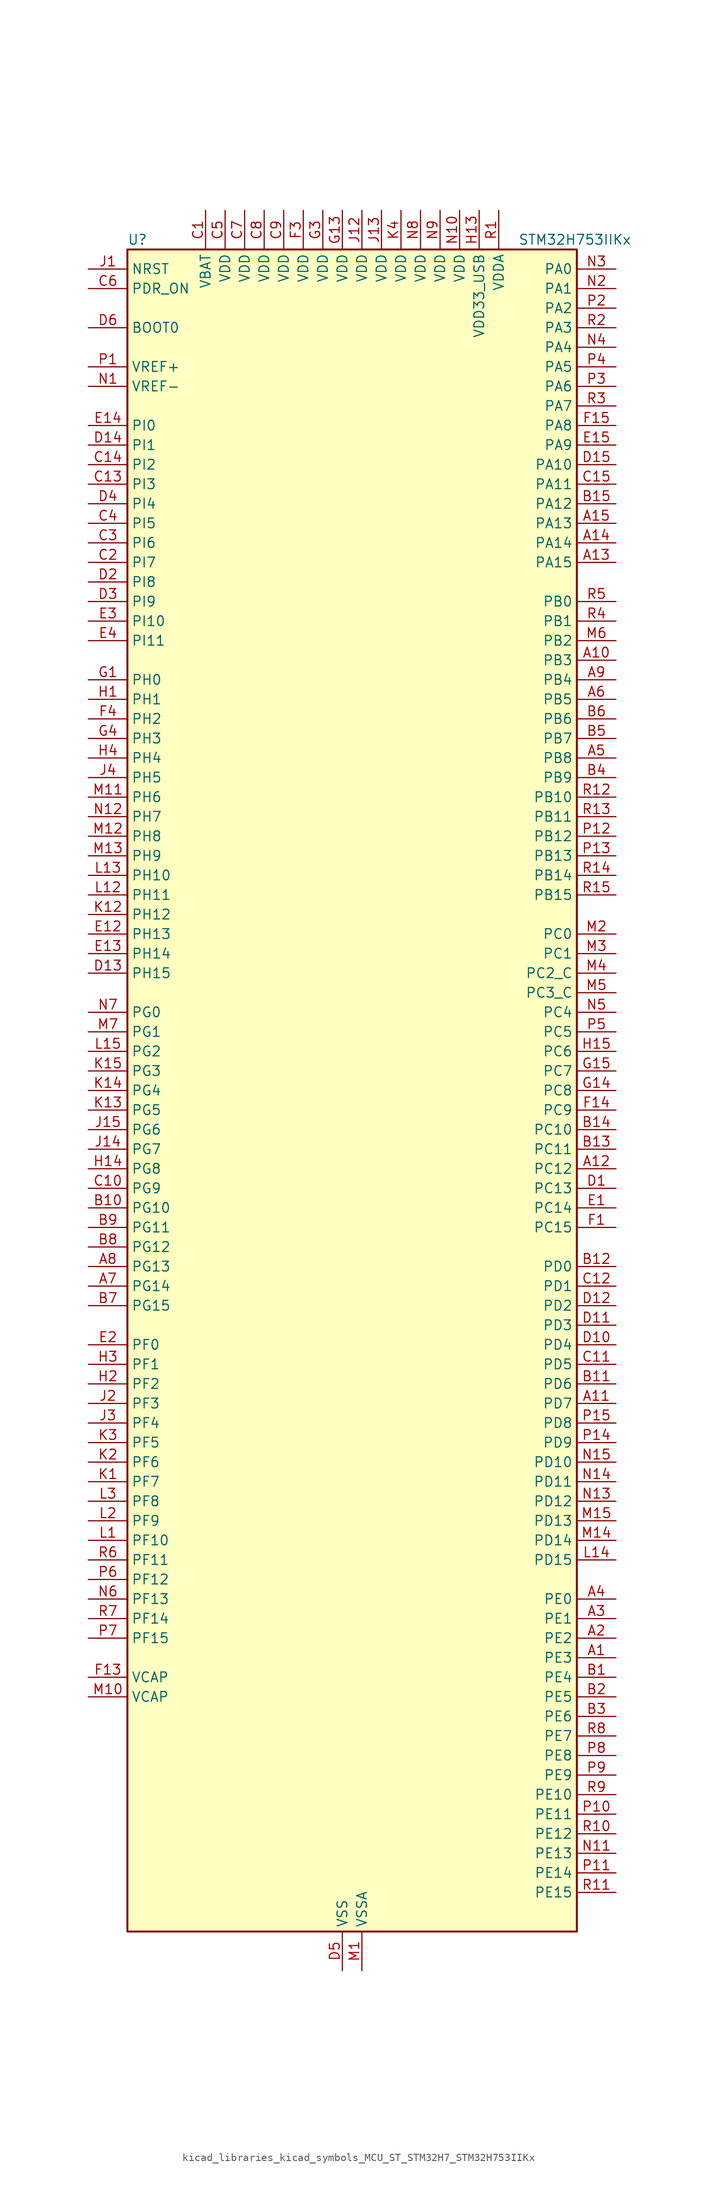
<source format=kicad_sym>
(kicad_symbol_lib
  (version 20220914)
  (generator kicad_symbol_editor)
  (symbol "kicad_libraries_kicad_symbols_MCU_ST_STM32H7_STM32H753IIKx"
    (property "Reference" "U"
      (at -27.94 110.49 0)
      (effects (font (size 1.27 1.27)) (justify left)))
    (property "Value" "STM32H753IIKx"
      (at 22.86 110.49 0)
      (effects (font (size 1.27 1.27)) (justify left)))
    (property "ki_locked" ""
      (at 0 0 0)
      (effects (font (size 1.27 1.27))))
    (symbol "kicad_libraries_kicad_symbols_MCU_ST_STM32H7_STM32H753IIKx_0_1"
      (rectangle (start -27.94 -109.22) (end 30.48 109.22) (stroke (width 0.254) (type default)) (fill (type background))))
    (symbol "kicad_libraries_kicad_symbols_MCU_ST_STM32H7_STM32H753IIKx_1_1"
      (pin bidirectional line (at 35.56 -73.66 180) (length 5.08) (name "PE3" (effects (font (size 1.27 1.27)))) (number "A1" (effects (font (size 1.27 1.27)))) (alternate "DEBUG_TRACED0" bidirectional line) (alternate "FMC_A19" bidirectional line) (alternate "SAI1_SD_B" bidirectional line) (alternate "SAI4_SD_B" bidirectional line) (alternate "TIM15_BKIN" bidirectional line))
      (pin bidirectional line (at 35.56 55.88 180) (length 5.08) (name "PB3" (effects (font (size 1.27 1.27)))) (number "A10" (effects (font (size 1.27 1.27)))) (alternate "CRS_SYNC" bidirectional line) (alternate "DEBUG_JTDO-SWO" bidirectional line) (alternate "HRTIM_FLT4" bidirectional line) (alternate "I2S1_CK" bidirectional line) (alternate "I2S3_CK" bidirectional line) (alternate "SDMMC2_D2" bidirectional line) (alternate "SPI1_SCK" bidirectional line) (alternate "SPI3_SCK" bidirectional line) (alternate "SPI6_SCK" bidirectional line) (alternate "TIM2_CH2" bidirectional line) (alternate "UART7_RX" bidirectional line))
      (pin bidirectional line (at 35.56 -40.64 180) (length 5.08) (name "PD7" (effects (font (size 1.27 1.27)))) (number "A11" (effects (font (size 1.27 1.27)))) (alternate "DFSDM1_CKIN1" bidirectional line) (alternate "DFSDM1_DATIN4" bidirectional line) (alternate "FMC_NE1" bidirectional line) (alternate "I2S1_SDO" bidirectional line) (alternate "SDMMC2_CMD" bidirectional line) (alternate "SPDIFRX1_IN0" bidirectional line) (alternate "SPI1_MOSI" bidirectional line) (alternate "USART2_CK" bidirectional line))
      (pin bidirectional line (at 35.56 -10.16 180) (length 5.08) (name "PC12" (effects (font (size 1.27 1.27)))) (number "A12" (effects (font (size 1.27 1.27)))) (alternate "DCMI_D9" bidirectional line) (alternate "DEBUG_TRACED3" bidirectional line) (alternate "HRTIM_EEV2" bidirectional line) (alternate "I2S3_SDO" bidirectional line) (alternate "SDMMC1_CK" bidirectional line) (alternate "SPI3_MOSI" bidirectional line) (alternate "UART5_TX" bidirectional line) (alternate "USART3_CK" bidirectional line))
      (pin bidirectional line (at 35.56 68.58 180) (length 5.08) (name "PA15" (effects (font (size 1.27 1.27)))) (number "A13" (effects (font (size 1.27 1.27)))) (alternate "ADC1_EXTI15" bidirectional line) (alternate "ADC2_EXTI15" bidirectional line) (alternate "ADC3_EXTI15" bidirectional line) (alternate "CEC" bidirectional line) (alternate "DEBUG_JTDI" bidirectional line) (alternate "HRTIM_FLT1" bidirectional line) (alternate "I2S1_WS" bidirectional line) (alternate "I2S3_WS" bidirectional line) (alternate "SPI1_NSS" bidirectional line) (alternate "SPI3_NSS" bidirectional line) (alternate "SPI6_NSS" bidirectional line) (alternate "TIM2_CH1" bidirectional line) (alternate "TIM2_ETR" bidirectional line) (alternate "UART4_DE" bidirectional line) (alternate "UART4_RTS" bidirectional line) (alternate "UART7_TX" bidirectional line))
      (pin bidirectional line (at 35.56 71.12 180) (length 5.08) (name "PA14" (effects (font (size 1.27 1.27)))) (number "A14" (effects (font (size 1.27 1.27)))) (alternate "DEBUG_JTCK-SWCLK" bidirectional line))
      (pin bidirectional line (at 35.56 73.66 180) (length 5.08) (name "PA13" (effects (font (size 1.27 1.27)))) (number "A15" (effects (font (size 1.27 1.27)))) (alternate "DEBUG_JTMS-SWDIO" bidirectional line))
      (pin bidirectional line (at 35.56 -71.12 180) (length 5.08) (name "PE2" (effects (font (size 1.27 1.27)))) (number "A2" (effects (font (size 1.27 1.27)))) (alternate "DEBUG_TRACECLK" bidirectional line) (alternate "ETH_TXD3" bidirectional line) (alternate "FMC_A23" bidirectional line) (alternate "QUADSPI_BK1_IO2" bidirectional line) (alternate "SAI1_CK1" bidirectional line) (alternate "SAI1_MCLK_A" bidirectional line) (alternate "SAI4_CK1" bidirectional line) (alternate "SAI4_MCLK_A" bidirectional line) (alternate "SPI4_SCK" bidirectional line))
      (pin bidirectional line (at 35.56 -68.58 180) (length 5.08) (name "PE1" (effects (font (size 1.27 1.27)))) (number "A3" (effects (font (size 1.27 1.27)))) (alternate "DCMI_D3" bidirectional line) (alternate "FMC_NBL1" bidirectional line) (alternate "HRTIM_SCOUT" bidirectional line) (alternate "LPTIM1_IN2" bidirectional line) (alternate "UART8_TX" bidirectional line))
      (pin bidirectional line (at 35.56 -66.04 180) (length 5.08) (name "PE0" (effects (font (size 1.27 1.27)))) (number "A4" (effects (font (size 1.27 1.27)))) (alternate "DCMI_D2" bidirectional line) (alternate "FMC_NBL0" bidirectional line) (alternate "HRTIM_SCIN" bidirectional line) (alternate "LPTIM1_ETR" bidirectional line) (alternate "LPTIM2_ETR" bidirectional line) (alternate "SAI2_MCLK_A" bidirectional line) (alternate "TIM4_ETR" bidirectional line) (alternate "UART8_RX" bidirectional line))
      (pin bidirectional line (at 35.56 43.18 180) (length 5.08) (name "PB8" (effects (font (size 1.27 1.27)))) (number "A5" (effects (font (size 1.27 1.27)))) (alternate "DCMI_D6" bidirectional line) (alternate "DFSDM1_CKIN7" bidirectional line) (alternate "ETH_TXD3" bidirectional line) (alternate "FDCAN1_RX" bidirectional line) (alternate "I2C1_SCL" bidirectional line) (alternate "I2C4_SCL" bidirectional line) (alternate "LTDC_B6" bidirectional line) (alternate "SDMMC1_CKIN" bidirectional line) (alternate "SDMMC1_D4" bidirectional line) (alternate "SDMMC2_D4" bidirectional line) (alternate "TIM16_CH1" bidirectional line) (alternate "TIM4_CH3" bidirectional line) (alternate "UART4_RX" bidirectional line))
      (pin bidirectional line (at 35.56 50.8 180) (length 5.08) (name "PB5" (effects (font (size 1.27 1.27)))) (number "A6" (effects (font (size 1.27 1.27)))) (alternate "DCMI_D10" bidirectional line) (alternate "ETH_PPS_OUT" bidirectional line) (alternate "FDCAN2_RX" bidirectional line) (alternate "FMC_SDCKE1" bidirectional line) (alternate "HRTIM_EEV7" bidirectional line) (alternate "I2C1_SMBA" bidirectional line) (alternate "I2C4_SMBA" bidirectional line) (alternate "I2S1_SDO" bidirectional line) (alternate "I2S3_SDO" bidirectional line) (alternate "SPI1_MOSI" bidirectional line) (alternate "SPI3_MOSI" bidirectional line) (alternate "SPI6_MOSI" bidirectional line) (alternate "TIM17_BKIN" bidirectional line) (alternate "TIM3_CH2" bidirectional line) (alternate "UART5_RX" bidirectional line) (alternate "USB_OTG_HS_ULPI_D7" bidirectional line))
      (pin bidirectional line (at -33.02 -25.4 0) (length 5.08) (name "PG14" (effects (font (size 1.27 1.27)))) (number "A7" (effects (font (size 1.27 1.27)))) (alternate "DEBUG_TRACED1" bidirectional line) (alternate "ETH_TXD1" bidirectional line) (alternate "FMC_A25" bidirectional line) (alternate "LPTIM1_ETR" bidirectional line) (alternate "LTDC_B0" bidirectional line) (alternate "QUADSPI_BK2_IO3" bidirectional line) (alternate "SPI6_MOSI" bidirectional line) (alternate "USART6_TX" bidirectional line))
      (pin bidirectional line (at -33.02 -22.86 0) (length 5.08) (name "PG13" (effects (font (size 1.27 1.27)))) (number "A8" (effects (font (size 1.27 1.27)))) (alternate "DEBUG_TRACED0" bidirectional line) (alternate "ETH_TXD0" bidirectional line) (alternate "FMC_A24" bidirectional line) (alternate "HRTIM_EEV10" bidirectional line) (alternate "LPTIM1_OUT" bidirectional line) (alternate "LTDC_R0" bidirectional line) (alternate "SPI6_SCK" bidirectional line) (alternate "USART6_CTS" bidirectional line) (alternate "USART6_NSS" bidirectional line))
      (pin bidirectional line (at 35.56 53.34 180) (length 5.08) (name "PB4" (effects (font (size 1.27 1.27)))) (number "A9" (effects (font (size 1.27 1.27)))) (alternate "DEBUG_JTRST" bidirectional line) (alternate "HRTIM_EEV6" bidirectional line) (alternate "I2S1_SDI" bidirectional line) (alternate "I2S2_WS" bidirectional line) (alternate "I2S3_SDI" bidirectional line) (alternate "SDMMC2_D3" bidirectional line) (alternate "SPI1_MISO" bidirectional line) (alternate "SPI2_NSS" bidirectional line) (alternate "SPI3_MISO" bidirectional line) (alternate "SPI6_MISO" bidirectional line) (alternate "TIM16_BKIN" bidirectional line) (alternate "TIM3_CH1" bidirectional line) (alternate "UART7_TX" bidirectional line))
      (pin bidirectional line (at 35.56 -76.2 180) (length 5.08) (name "PE4" (effects (font (size 1.27 1.27)))) (number "B1" (effects (font (size 1.27 1.27)))) (alternate "DCMI_D4" bidirectional line) (alternate "DEBUG_TRACED1" bidirectional line) (alternate "DFSDM1_DATIN3" bidirectional line) (alternate "FMC_A20" bidirectional line) (alternate "LTDC_B0" bidirectional line) (alternate "SAI1_D2" bidirectional line) (alternate "SAI1_FS_A" bidirectional line) (alternate "SAI4_D2" bidirectional line) (alternate "SAI4_FS_A" bidirectional line) (alternate "SPI4_NSS" bidirectional line) (alternate "TIM15_CH1N" bidirectional line))
      (pin bidirectional line (at -33.02 -15.24 0) (length 5.08) (name "PG10" (effects (font (size 1.27 1.27)))) (number "B10" (effects (font (size 1.27 1.27)))) (alternate "DCMI_D2" bidirectional line) (alternate "FMC_NE3" bidirectional line) (alternate "HRTIM_FLT5" bidirectional line) (alternate "I2S1_WS" bidirectional line) (alternate "LTDC_B2" bidirectional line) (alternate "LTDC_G3" bidirectional line) (alternate "SAI2_SD_B" bidirectional line) (alternate "SPI1_NSS" bidirectional line))
      (pin bidirectional line (at 35.56 -38.1 180) (length 5.08) (name "PD6" (effects (font (size 1.27 1.27)))) (number "B11" (effects (font (size 1.27 1.27)))) (alternate "DCMI_D10" bidirectional line) (alternate "DFSDM1_CKIN4" bidirectional line) (alternate "DFSDM1_DATIN1" bidirectional line) (alternate "FMC_NWAIT" bidirectional line) (alternate "I2S3_SDO" bidirectional line) (alternate "LTDC_B2" bidirectional line) (alternate "SAI1_D1" bidirectional line) (alternate "SAI1_SD_A" bidirectional line) (alternate "SAI4_D1" bidirectional line) (alternate "SAI4_SD_A" bidirectional line) (alternate "SDMMC2_CK" bidirectional line) (alternate "SPI3_MOSI" bidirectional line) (alternate "USART2_RX" bidirectional line))
      (pin bidirectional line (at 35.56 -22.86 180) (length 5.08) (name "PD0" (effects (font (size 1.27 1.27)))) (number "B12" (effects (font (size 1.27 1.27)))) (alternate "DFSDM1_CKIN6" bidirectional line) (alternate "FDCAN1_RX" bidirectional line) (alternate "FMC_D2" bidirectional line) (alternate "FMC_DA2" bidirectional line) (alternate "SAI3_SCK_A" bidirectional line) (alternate "UART4_RX" bidirectional line))
      (pin bidirectional line (at 35.56 -7.62 180) (length 5.08) (name "PC11" (effects (font (size 1.27 1.27)))) (number "B13" (effects (font (size 1.27 1.27)))) (alternate "ADC1_EXTI11" bidirectional line) (alternate "ADC2_EXTI11" bidirectional line) (alternate "ADC3_EXTI11" bidirectional line) (alternate "DCMI_D4" bidirectional line) (alternate "DFSDM1_DATIN5" bidirectional line) (alternate "HRTIM_FLT2" bidirectional line) (alternate "I2S3_SDI" bidirectional line) (alternate "QUADSPI_BK2_NCS" bidirectional line) (alternate "SDMMC1_D3" bidirectional line) (alternate "SPI3_MISO" bidirectional line) (alternate "UART4_RX" bidirectional line) (alternate "USART3_RX" bidirectional line))
      (pin bidirectional line (at 35.56 -5.08 180) (length 5.08) (name "PC10" (effects (font (size 1.27 1.27)))) (number "B14" (effects (font (size 1.27 1.27)))) (alternate "DCMI_D8" bidirectional line) (alternate "DFSDM1_CKIN5" bidirectional line) (alternate "HRTIM_EEV1" bidirectional line) (alternate "I2S3_CK" bidirectional line) (alternate "LTDC_R2" bidirectional line) (alternate "QUADSPI_BK1_IO1" bidirectional line) (alternate "SDMMC1_D2" bidirectional line) (alternate "SPI3_SCK" bidirectional line) (alternate "UART4_TX" bidirectional line) (alternate "USART3_TX" bidirectional line))
      (pin bidirectional line (at 35.56 76.2 180) (length 5.08) (name "PA12" (effects (font (size 1.27 1.27)))) (number "B15" (effects (font (size 1.27 1.27)))) (alternate "FDCAN1_TX" bidirectional line) (alternate "HRTIM_CHD2" bidirectional line) (alternate "I2S2_CK" bidirectional line) (alternate "LPUART1_DE" bidirectional line) (alternate "LPUART1_RTS" bidirectional line) (alternate "LTDC_R5" bidirectional line) (alternate "SAI2_FS_B" bidirectional line) (alternate "SPI2_SCK" bidirectional line) (alternate "TIM1_ETR" bidirectional line) (alternate "UART4_TX" bidirectional line) (alternate "USART1_DE" bidirectional line) (alternate "USART1_RTS" bidirectional line) (alternate "USB_OTG_FS_DP" bidirectional line))
      (pin bidirectional line (at 35.56 -78.74 180) (length 5.08) (name "PE5" (effects (font (size 1.27 1.27)))) (number "B2" (effects (font (size 1.27 1.27)))) (alternate "DCMI_D6" bidirectional line) (alternate "DEBUG_TRACED2" bidirectional line) (alternate "DFSDM1_CKIN3" bidirectional line) (alternate "FMC_A21" bidirectional line) (alternate "LTDC_G0" bidirectional line) (alternate "SAI1_CK2" bidirectional line) (alternate "SAI1_SCK_A" bidirectional line) (alternate "SAI4_CK2" bidirectional line) (alternate "SAI4_SCK_A" bidirectional line) (alternate "SPI4_MISO" bidirectional line) (alternate "TIM15_CH1" bidirectional line))
      (pin bidirectional line (at 35.56 -81.28 180) (length 5.08) (name "PE6" (effects (font (size 1.27 1.27)))) (number "B3" (effects (font (size 1.27 1.27)))) (alternate "DCMI_D7" bidirectional line) (alternate "DEBUG_TRACED3" bidirectional line) (alternate "FMC_A22" bidirectional line) (alternate "LTDC_G1" bidirectional line) (alternate "SAI1_D1" bidirectional line) (alternate "SAI1_SD_A" bidirectional line) (alternate "SAI2_MCLK_B" bidirectional line) (alternate "SAI4_D1" bidirectional line) (alternate "SAI4_SD_A" bidirectional line) (alternate "SPI4_MOSI" bidirectional line) (alternate "TIM15_CH2" bidirectional line) (alternate "TIM1_BKIN2" bidirectional line) (alternate "TIM1_BKIN2_COMP1" bidirectional line) (alternate "TIM1_BKIN2_COMP2" bidirectional line))
      (pin bidirectional line (at 35.56 40.64 180) (length 5.08) (name "PB9" (effects (font (size 1.27 1.27)))) (number "B4" (effects (font (size 1.27 1.27)))) (alternate "DAC1_EXTI9" bidirectional line) (alternate "DCMI_D7" bidirectional line) (alternate "DFSDM1_DATIN7" bidirectional line) (alternate "FDCAN1_TX" bidirectional line) (alternate "I2C1_SDA" bidirectional line) (alternate "I2C4_SDA" bidirectional line) (alternate "I2C4_SMBA" bidirectional line) (alternate "I2S2_WS" bidirectional line) (alternate "LTDC_B7" bidirectional line) (alternate "SDMMC1_CDIR" bidirectional line) (alternate "SDMMC1_D5" bidirectional line) (alternate "SDMMC2_D5" bidirectional line) (alternate "SPI2_NSS" bidirectional line) (alternate "TIM17_CH1" bidirectional line) (alternate "TIM4_CH4" bidirectional line) (alternate "UART4_TX" bidirectional line))
      (pin bidirectional line (at 35.56 45.72 180) (length 5.08) (name "PB7" (effects (font (size 1.27 1.27)))) (number "B5" (effects (font (size 1.27 1.27)))) (alternate "DCMI_VSYNC" bidirectional line) (alternate "DFSDM1_CKIN5" bidirectional line) (alternate "FMC_NL" bidirectional line) (alternate "HRTIM_EEV9" bidirectional line) (alternate "I2C1_SDA" bidirectional line) (alternate "I2C4_SDA" bidirectional line) (alternate "LPUART1_RX" bidirectional line) (alternate "PWR_PVD_IN" bidirectional line) (alternate "TIM17_CH1N" bidirectional line) (alternate "TIM4_CH2" bidirectional line) (alternate "USART1_RX" bidirectional line))
      (pin bidirectional line (at 35.56 48.26 180) (length 5.08) (name "PB6" (effects (font (size 1.27 1.27)))) (number "B6" (effects (font (size 1.27 1.27)))) (alternate "CEC" bidirectional line) (alternate "DCMI_D5" bidirectional line) (alternate "DFSDM1_DATIN5" bidirectional line) (alternate "FDCAN2_TX" bidirectional line) (alternate "FMC_SDNE1" bidirectional line) (alternate "HRTIM_EEV8" bidirectional line) (alternate "I2C1_SCL" bidirectional line) (alternate "I2C4_SCL" bidirectional line) (alternate "LPUART1_TX" bidirectional line) (alternate "QUADSPI_BK1_NCS" bidirectional line) (alternate "TIM16_CH1N" bidirectional line) (alternate "TIM4_CH1" bidirectional line) (alternate "UART5_TX" bidirectional line) (alternate "USART1_TX" bidirectional line))
      (pin bidirectional line (at -33.02 -27.94 0) (length 5.08) (name "PG15" (effects (font (size 1.27 1.27)))) (number "B7" (effects (font (size 1.27 1.27)))) (alternate "ADC1_EXTI15" bidirectional line) (alternate "ADC2_EXTI15" bidirectional line) (alternate "ADC3_EXTI15" bidirectional line) (alternate "DCMI_D13" bidirectional line) (alternate "FMC_SDNCAS" bidirectional line) (alternate "USART6_CTS" bidirectional line) (alternate "USART6_NSS" bidirectional line))
      (pin bidirectional line (at -33.02 -20.32 0) (length 5.08) (name "PG12" (effects (font (size 1.27 1.27)))) (number "B8" (effects (font (size 1.27 1.27)))) (alternate "ETH_TXD1" bidirectional line) (alternate "FMC_NE4" bidirectional line) (alternate "HRTIM_EEV5" bidirectional line) (alternate "LPTIM1_IN1" bidirectional line) (alternate "LTDC_B1" bidirectional line) (alternate "LTDC_B4" bidirectional line) (alternate "SPDIFRX1_IN1" bidirectional line) (alternate "SPI6_MISO" bidirectional line) (alternate "USART6_DE" bidirectional line) (alternate "USART6_RTS" bidirectional line))
      (pin bidirectional line (at -33.02 -17.78 0) (length 5.08) (name "PG11" (effects (font (size 1.27 1.27)))) (number "B9" (effects (font (size 1.27 1.27)))) (alternate "ADC1_EXTI11" bidirectional line) (alternate "ADC2_EXTI11" bidirectional line) (alternate "ADC3_EXTI11" bidirectional line) (alternate "DCMI_D3" bidirectional line) (alternate "ETH_TX_EN" bidirectional line) (alternate "HRTIM_EEV4" bidirectional line) (alternate "I2S1_CK" bidirectional line) (alternate "LPTIM1_IN2" bidirectional line) (alternate "LTDC_B3" bidirectional line) (alternate "SDMMC2_D2" bidirectional line) (alternate "SPDIFRX1_IN0" bidirectional line) (alternate "SPI1_SCK" bidirectional line))
      (pin power_in line (at -17.78 114.3 270) (length 5.08) (name "VBAT" (effects (font (size 1.27 1.27)))) (number "C1" (effects (font (size 1.27 1.27)))))
      (pin bidirectional line (at -33.02 -12.7 0) (length 5.08) (name "PG9" (effects (font (size 1.27 1.27)))) (number "C10" (effects (font (size 1.27 1.27)))) (alternate "DAC1_EXTI9" bidirectional line) (alternate "DCMI_VSYNC" bidirectional line) (alternate "FMC_NCE" bidirectional line) (alternate "FMC_NE2" bidirectional line) (alternate "I2S1_SDI" bidirectional line) (alternate "QUADSPI_BK2_IO2" bidirectional line) (alternate "SAI2_FS_B" bidirectional line) (alternate "SPDIFRX1_IN3" bidirectional line) (alternate "SPI1_MISO" bidirectional line) (alternate "USART6_RX" bidirectional line))
      (pin bidirectional line (at 35.56 -35.56 180) (length 5.08) (name "PD5" (effects (font (size 1.27 1.27)))) (number "C11" (effects (font (size 1.27 1.27)))) (alternate "FMC_NWE" bidirectional line) (alternate "HRTIM_EEV3" bidirectional line) (alternate "USART2_TX" bidirectional line))
      (pin bidirectional line (at 35.56 -25.4 180) (length 5.08) (name "PD1" (effects (font (size 1.27 1.27)))) (number "C12" (effects (font (size 1.27 1.27)))) (alternate "DFSDM1_DATIN6" bidirectional line) (alternate "FDCAN1_TX" bidirectional line) (alternate "FMC_D3" bidirectional line) (alternate "FMC_DA3" bidirectional line) (alternate "SAI3_SD_A" bidirectional line) (alternate "UART4_TX" bidirectional line))
      (pin bidirectional line (at -33.02 78.74 0) (length 5.08) (name "PI3" (effects (font (size 1.27 1.27)))) (number "C13" (effects (font (size 1.27 1.27)))) (alternate "DCMI_D10" bidirectional line) (alternate "FMC_D27" bidirectional line) (alternate "I2S2_SDO" bidirectional line) (alternate "SPI2_MOSI" bidirectional line) (alternate "TIM8_ETR" bidirectional line))
      (pin bidirectional line (at -33.02 81.28 0) (length 5.08) (name "PI2" (effects (font (size 1.27 1.27)))) (number "C14" (effects (font (size 1.27 1.27)))) (alternate "DCMI_D9" bidirectional line) (alternate "FMC_D26" bidirectional line) (alternate "I2S2_SDI" bidirectional line) (alternate "LTDC_G7" bidirectional line) (alternate "SPI2_MISO" bidirectional line) (alternate "TIM8_CH4" bidirectional line))
      (pin bidirectional line (at 35.56 78.74 180) (length 5.08) (name "PA11" (effects (font (size 1.27 1.27)))) (number "C15" (effects (font (size 1.27 1.27)))) (alternate "ADC1_EXTI11" bidirectional line) (alternate "ADC2_EXTI11" bidirectional line) (alternate "ADC3_EXTI11" bidirectional line) (alternate "FDCAN1_RX" bidirectional line) (alternate "HRTIM_CHD1" bidirectional line) (alternate "I2S2_WS" bidirectional line) (alternate "LPUART1_CTS" bidirectional line) (alternate "LTDC_R4" bidirectional line) (alternate "SPI2_NSS" bidirectional line) (alternate "TIM1_CH4" bidirectional line) (alternate "UART4_RX" bidirectional line) (alternate "USART1_CTS" bidirectional line) (alternate "USART1_NSS" bidirectional line) (alternate "USB_OTG_FS_DM" bidirectional line))
      (pin bidirectional line (at -33.02 68.58 0) (length 5.08) (name "PI7" (effects (font (size 1.27 1.27)))) (number "C2" (effects (font (size 1.27 1.27)))) (alternate "DCMI_D7" bidirectional line) (alternate "FMC_D29" bidirectional line) (alternate "LTDC_B7" bidirectional line) (alternate "SAI2_FS_A" bidirectional line) (alternate "TIM8_CH3" bidirectional line))
      (pin bidirectional line (at -33.02 71.12 0) (length 5.08) (name "PI6" (effects (font (size 1.27 1.27)))) (number "C3" (effects (font (size 1.27 1.27)))) (alternate "DCMI_D6" bidirectional line) (alternate "FMC_D28" bidirectional line) (alternate "LTDC_B6" bidirectional line) (alternate "SAI2_SD_A" bidirectional line) (alternate "TIM8_CH2" bidirectional line))
      (pin bidirectional line (at -33.02 73.66 0) (length 5.08) (name "PI5" (effects (font (size 1.27 1.27)))) (number "C4" (effects (font (size 1.27 1.27)))) (alternate "DCMI_VSYNC" bidirectional line) (alternate "FMC_NBL3" bidirectional line) (alternate "LTDC_B5" bidirectional line) (alternate "SAI2_SCK_A" bidirectional line) (alternate "TIM8_CH1" bidirectional line))
      (pin power_in line (at -15.24 114.3 270) (length 5.08) (name "VDD" (effects (font (size 1.27 1.27)))) (number "C5" (effects (font (size 1.27 1.27)))))
      (pin input line (at -33.02 104.14 0) (length 5.08) (name "PDR_ON" (effects (font (size 1.27 1.27)))) (number "C6" (effects (font (size 1.27 1.27)))))
      (pin power_in line (at -12.7 114.3 270) (length 5.08) (name "VDD" (effects (font (size 1.27 1.27)))) (number "C7" (effects (font (size 1.27 1.27)))))
      (pin power_in line (at -10.16 114.3 270) (length 5.08) (name "VDD" (effects (font (size 1.27 1.27)))) (number "C8" (effects (font (size 1.27 1.27)))))
      (pin power_in line (at -7.62 114.3 270) (length 5.08) (name "VDD" (effects (font (size 1.27 1.27)))) (number "C9" (effects (font (size 1.27 1.27)))))
      (pin bidirectional line (at 35.56 -12.7 180) (length 5.08) (name "PC13" (effects (font (size 1.27 1.27)))) (number "D1" (effects (font (size 1.27 1.27)))) (alternate "PWR_WKUP2" bidirectional line) (alternate "RTC_OUT_ALARM" bidirectional line) (alternate "RTC_OUT_CALIB" bidirectional line) (alternate "RTC_TAMP1" bidirectional line) (alternate "RTC_TS" bidirectional line))
      (pin bidirectional line (at 35.56 -33.02 180) (length 5.08) (name "PD4" (effects (font (size 1.27 1.27)))) (number "D10" (effects (font (size 1.27 1.27)))) (alternate "FMC_NOE" bidirectional line) (alternate "HRTIM_FLT3" bidirectional line) (alternate "SAI3_FS_A" bidirectional line) (alternate "USART2_DE" bidirectional line) (alternate "USART2_RTS" bidirectional line))
      (pin bidirectional line (at 35.56 -30.48 180) (length 5.08) (name "PD3" (effects (font (size 1.27 1.27)))) (number "D11" (effects (font (size 1.27 1.27)))) (alternate "DCMI_D5" bidirectional line) (alternate "DFSDM1_CKOUT" bidirectional line) (alternate "FMC_CLK" bidirectional line) (alternate "I2S2_CK" bidirectional line) (alternate "LTDC_G7" bidirectional line) (alternate "SPI2_SCK" bidirectional line) (alternate "USART2_CTS" bidirectional line) (alternate "USART2_NSS" bidirectional line))
      (pin bidirectional line (at 35.56 -27.94 180) (length 5.08) (name "PD2" (effects (font (size 1.27 1.27)))) (number "D12" (effects (font (size 1.27 1.27)))) (alternate "DCMI_D11" bidirectional line) (alternate "DEBUG_TRACED2" bidirectional line) (alternate "SDMMC1_CMD" bidirectional line) (alternate "TIM3_ETR" bidirectional line) (alternate "UART5_RX" bidirectional line))
      (pin bidirectional line (at -33.02 15.24 0) (length 5.08) (name "PH15" (effects (font (size 1.27 1.27)))) (number "D13" (effects (font (size 1.27 1.27)))) (alternate "ADC1_EXTI15" bidirectional line) (alternate "ADC2_EXTI15" bidirectional line) (alternate "ADC3_EXTI15" bidirectional line) (alternate "DCMI_D11" bidirectional line) (alternate "FMC_D23" bidirectional line) (alternate "LTDC_G4" bidirectional line) (alternate "TIM8_CH3N" bidirectional line))
      (pin bidirectional line (at -33.02 83.82 0) (length 5.08) (name "PI1" (effects (font (size 1.27 1.27)))) (number "D14" (effects (font (size 1.27 1.27)))) (alternate "DCMI_D8" bidirectional line) (alternate "FMC_D25" bidirectional line) (alternate "I2S2_CK" bidirectional line) (alternate "LTDC_G6" bidirectional line) (alternate "SPI2_SCK" bidirectional line) (alternate "TIM8_BKIN2" bidirectional line) (alternate "TIM8_BKIN2_COMP1" bidirectional line) (alternate "TIM8_BKIN2_COMP2" bidirectional line))
      (pin bidirectional line (at 35.56 81.28 180) (length 5.08) (name "PA10" (effects (font (size 1.27 1.27)))) (number "D15" (effects (font (size 1.27 1.27)))) (alternate "DCMI_D1" bidirectional line) (alternate "HRTIM_CHC2" bidirectional line) (alternate "LPUART1_RX" bidirectional line) (alternate "LTDC_B1" bidirectional line) (alternate "LTDC_B4" bidirectional line) (alternate "MDIOS_MDIO" bidirectional line) (alternate "TIM1_CH3" bidirectional line) (alternate "USART1_RX" bidirectional line) (alternate "USB_OTG_FS_ID" bidirectional line))
      (pin bidirectional line (at -33.02 66.04 0) (length 5.08) (name "PI8" (effects (font (size 1.27 1.27)))) (number "D2" (effects (font (size 1.27 1.27)))) (alternate "PWR_WKUP3" bidirectional line) (alternate "RTC_TAMP2" bidirectional line))
      (pin bidirectional line (at -33.02 63.5 0) (length 5.08) (name "PI9" (effects (font (size 1.27 1.27)))) (number "D3" (effects (font (size 1.27 1.27)))) (alternate "DAC1_EXTI9" bidirectional line) (alternate "FDCAN1_RX" bidirectional line) (alternate "FMC_D30" bidirectional line) (alternate "LTDC_VSYNC" bidirectional line) (alternate "UART4_RX" bidirectional line))
      (pin bidirectional line (at -33.02 76.2 0) (length 5.08) (name "PI4" (effects (font (size 1.27 1.27)))) (number "D4" (effects (font (size 1.27 1.27)))) (alternate "DCMI_D5" bidirectional line) (alternate "FMC_NBL2" bidirectional line) (alternate "LTDC_B4" bidirectional line) (alternate "SAI2_MCLK_A" bidirectional line) (alternate "TIM8_BKIN" bidirectional line) (alternate "TIM8_BKIN_COMP1" bidirectional line) (alternate "TIM8_BKIN_COMP2" bidirectional line))
      (pin power_in line (at 0 -114.3 90) (length 5.08) (name "VSS" (effects (font (size 1.27 1.27)))) (number "D5" (effects (font (size 1.27 1.27)))))
      (pin input line (at -33.02 99.06 0) (length 5.08) (name "BOOT0" (effects (font (size 1.27 1.27)))) (number "D6" (effects (font (size 1.27 1.27)))))
      (pin passive line (at 0 -114.3 90) (length 5.08) hide (name "VSS" (effects (font (size 1.27 1.27)))) (number "D7" (effects (font (size 1.27 1.27)))))
      (pin passive line (at 0 -114.3 90) (length 5.08) hide (name "VSS" (effects (font (size 1.27 1.27)))) (number "D8" (effects (font (size 1.27 1.27)))))
      (pin passive line (at 0 -114.3 90) (length 5.08) hide (name "VSS" (effects (font (size 1.27 1.27)))) (number "D9" (effects (font (size 1.27 1.27)))))
      (pin bidirectional line (at 35.56 -15.24 180) (length 5.08) (name "PC14" (effects (font (size 1.27 1.27)))) (number "E1" (effects (font (size 1.27 1.27)))) (alternate "RCC_OSC32_IN" bidirectional line))
      (pin bidirectional line (at -33.02 20.32 0) (length 5.08) (name "PH13" (effects (font (size 1.27 1.27)))) (number "E12" (effects (font (size 1.27 1.27)))) (alternate "FDCAN1_TX" bidirectional line) (alternate "FMC_D21" bidirectional line) (alternate "LTDC_G2" bidirectional line) (alternate "TIM8_CH1N" bidirectional line) (alternate "UART4_TX" bidirectional line))
      (pin bidirectional line (at -33.02 17.78 0) (length 5.08) (name "PH14" (effects (font (size 1.27 1.27)))) (number "E13" (effects (font (size 1.27 1.27)))) (alternate "DCMI_D4" bidirectional line) (alternate "FDCAN1_RX" bidirectional line) (alternate "FMC_D22" bidirectional line) (alternate "LTDC_G3" bidirectional line) (alternate "TIM8_CH2N" bidirectional line) (alternate "UART4_RX" bidirectional line))
      (pin bidirectional line (at -33.02 86.36 0) (length 5.08) (name "PI0" (effects (font (size 1.27 1.27)))) (number "E14" (effects (font (size 1.27 1.27)))) (alternate "DCMI_D13" bidirectional line) (alternate "FMC_D24" bidirectional line) (alternate "I2S2_WS" bidirectional line) (alternate "LTDC_G5" bidirectional line) (alternate "SPI2_NSS" bidirectional line) (alternate "TIM5_CH4" bidirectional line))
      (pin bidirectional line (at 35.56 83.82 180) (length 5.08) (name "PA9" (effects (font (size 1.27 1.27)))) (number "E15" (effects (font (size 1.27 1.27)))) (alternate "DAC1_EXTI9" bidirectional line) (alternate "DCMI_D0" bidirectional line) (alternate "HRTIM_CHC1" bidirectional line) (alternate "I2C3_SMBA" bidirectional line) (alternate "I2S2_CK" bidirectional line) (alternate "LPUART1_TX" bidirectional line) (alternate "LTDC_R5" bidirectional line) (alternate "SPI2_SCK" bidirectional line) (alternate "TIM1_CH2" bidirectional line) (alternate "USART1_TX" bidirectional line) (alternate "USB_OTG_FS_VBUS" bidirectional line))
      (pin bidirectional line (at -33.02 -33.02 0) (length 5.08) (name "PF0" (effects (font (size 1.27 1.27)))) (number "E2" (effects (font (size 1.27 1.27)))) (alternate "FMC_A0" bidirectional line) (alternate "I2C2_SDA" bidirectional line))
      (pin bidirectional line (at -33.02 60.96 0) (length 5.08) (name "PI10" (effects (font (size 1.27 1.27)))) (number "E3" (effects (font (size 1.27 1.27)))) (alternate "ETH_RX_ER" bidirectional line) (alternate "FMC_D31" bidirectional line) (alternate "LTDC_HSYNC" bidirectional line))
      (pin bidirectional line (at -33.02 58.42 0) (length 5.08) (name "PI11" (effects (font (size 1.27 1.27)))) (number "E4" (effects (font (size 1.27 1.27)))) (alternate "ADC1_EXTI11" bidirectional line) (alternate "ADC2_EXTI11" bidirectional line) (alternate "ADC3_EXTI11" bidirectional line) (alternate "LTDC_G6" bidirectional line) (alternate "PWR_WKUP4" bidirectional line) (alternate "USB_OTG_HS_ULPI_DIR" bidirectional line))
      (pin bidirectional line (at 35.56 -17.78 180) (length 5.08) (name "PC15" (effects (font (size 1.27 1.27)))) (number "F1" (effects (font (size 1.27 1.27)))) (alternate "ADC1_EXTI15" bidirectional line) (alternate "ADC2_EXTI15" bidirectional line) (alternate "ADC3_EXTI15" bidirectional line) (alternate "RCC_OSC32_OUT" bidirectional line))
      (pin passive line (at 0 -114.3 90) (length 5.08) hide (name "VSS" (effects (font (size 1.27 1.27)))) (number "F10" (effects (font (size 1.27 1.27)))))
      (pin passive line (at 0 -114.3 90) (length 5.08) hide (name "VSS" (effects (font (size 1.27 1.27)))) (number "F12" (effects (font (size 1.27 1.27)))))
      (pin power_out line (at -33.02 -76.2 0) (length 5.08) (name "VCAP" (effects (font (size 1.27 1.27)))) (number "F13" (effects (font (size 1.27 1.27)))))
      (pin bidirectional line (at 35.56 -2.54 180) (length 5.08) (name "PC9" (effects (font (size 1.27 1.27)))) (number "F14" (effects (font (size 1.27 1.27)))) (alternate "DAC1_EXTI9" bidirectional line) (alternate "DCMI_D3" bidirectional line) (alternate "I2C3_SDA" bidirectional line) (alternate "I2S_CKIN" bidirectional line) (alternate "LTDC_B2" bidirectional line) (alternate "LTDC_G3" bidirectional line) (alternate "QUADSPI_BK1_IO0" bidirectional line) (alternate "RCC_MCO_2" bidirectional line) (alternate "SDMMC1_D1" bidirectional line) (alternate "SWPMI1_SUSPEND" bidirectional line) (alternate "TIM3_CH4" bidirectional line) (alternate "TIM8_CH4" bidirectional line) (alternate "UART5_CTS" bidirectional line))
      (pin bidirectional line (at 35.56 86.36 180) (length 5.08) (name "PA8" (effects (font (size 1.27 1.27)))) (number "F15" (effects (font (size 1.27 1.27)))) (alternate "HRTIM_CHB2" bidirectional line) (alternate "I2C3_SCL" bidirectional line) (alternate "LTDC_B3" bidirectional line) (alternate "LTDC_R6" bidirectional line) (alternate "RCC_MCO_1" bidirectional line) (alternate "TIM1_CH1" bidirectional line) (alternate "TIM8_BKIN2" bidirectional line) (alternate "TIM8_BKIN2_COMP1" bidirectional line) (alternate "TIM8_BKIN2_COMP2" bidirectional line) (alternate "UART7_RX" bidirectional line) (alternate "USART1_CK" bidirectional line) (alternate "USB_OTG_FS_SOF" bidirectional line))
      (pin passive line (at 0 -114.3 90) (length 5.08) hide (name "VSS" (effects (font (size 1.27 1.27)))) (number "F2" (effects (font (size 1.27 1.27)))))
      (pin power_in line (at -5.08 114.3 270) (length 5.08) (name "VDD" (effects (font (size 1.27 1.27)))) (number "F3" (effects (font (size 1.27 1.27)))))
      (pin bidirectional line (at -33.02 48.26 0) (length 5.08) (name "PH2" (effects (font (size 1.27 1.27)))) (number "F4" (effects (font (size 1.27 1.27)))) (alternate "ADC3_INP13" bidirectional line) (alternate "ETH_CRS" bidirectional line) (alternate "FMC_SDCKE0" bidirectional line) (alternate "LPTIM1_IN2" bidirectional line) (alternate "LTDC_R0" bidirectional line) (alternate "QUADSPI_BK2_IO0" bidirectional line) (alternate "SAI2_SCK_B" bidirectional line))
      (pin passive line (at 0 -114.3 90) (length 5.08) hide (name "VSS" (effects (font (size 1.27 1.27)))) (number "F6" (effects (font (size 1.27 1.27)))))
      (pin passive line (at 0 -114.3 90) (length 5.08) hide (name "VSS" (effects (font (size 1.27 1.27)))) (number "F7" (effects (font (size 1.27 1.27)))))
      (pin passive line (at 0 -114.3 90) (length 5.08) hide (name "VSS" (effects (font (size 1.27 1.27)))) (number "F8" (effects (font (size 1.27 1.27)))))
      (pin passive line (at 0 -114.3 90) (length 5.08) hide (name "VSS" (effects (font (size 1.27 1.27)))) (number "F9" (effects (font (size 1.27 1.27)))))
      (pin bidirectional line (at -33.02 53.34 0) (length 5.08) (name "PH0" (effects (font (size 1.27 1.27)))) (number "G1" (effects (font (size 1.27 1.27)))) (alternate "RCC_OSC_IN" bidirectional line))
      (pin passive line (at 0 -114.3 90) (length 5.08) hide (name "VSS" (effects (font (size 1.27 1.27)))) (number "G10" (effects (font (size 1.27 1.27)))))
      (pin passive line (at 0 -114.3 90) (length 5.08) hide (name "VSS" (effects (font (size 1.27 1.27)))) (number "G12" (effects (font (size 1.27 1.27)))))
      (pin power_in line (at 0 114.3 270) (length 5.08) (name "VDD" (effects (font (size 1.27 1.27)))) (number "G13" (effects (font (size 1.27 1.27)))))
      (pin bidirectional line (at 35.56 0 180) (length 5.08) (name "PC8" (effects (font (size 1.27 1.27)))) (number "G14" (effects (font (size 1.27 1.27)))) (alternate "DCMI_D2" bidirectional line) (alternate "DEBUG_TRACED1" bidirectional line) (alternate "FMC_NCE" bidirectional line) (alternate "FMC_NE2" bidirectional line) (alternate "HRTIM_CHB1" bidirectional line) (alternate "SDMMC1_D0" bidirectional line) (alternate "SWPMI1_RX" bidirectional line) (alternate "TIM3_CH3" bidirectional line) (alternate "TIM8_CH3" bidirectional line) (alternate "UART5_DE" bidirectional line) (alternate "UART5_RTS" bidirectional line) (alternate "USART6_CK" bidirectional line))
      (pin bidirectional line (at 35.56 2.54 180) (length 5.08) (name "PC7" (effects (font (size 1.27 1.27)))) (number "G15" (effects (font (size 1.27 1.27)))) (alternate "DCMI_D1" bidirectional line) (alternate "DEBUG_TRGIO" bidirectional line) (alternate "DFSDM1_DATIN3" bidirectional line) (alternate "FMC_NE1" bidirectional line) (alternate "HRTIM_CHA2" bidirectional line) (alternate "I2S3_MCK" bidirectional line) (alternate "LTDC_G6" bidirectional line) (alternate "SDMMC1_D123DIR" bidirectional line) (alternate "SDMMC1_D7" bidirectional line) (alternate "SDMMC2_D7" bidirectional line) (alternate "SWPMI1_TX" bidirectional line) (alternate "TIM3_CH2" bidirectional line) (alternate "TIM8_CH2" bidirectional line) (alternate "USART6_RX" bidirectional line))
      (pin passive line (at 0 -114.3 90) (length 5.08) hide (name "VSS" (effects (font (size 1.27 1.27)))) (number "G2" (effects (font (size 1.27 1.27)))))
      (pin power_in line (at -2.54 114.3 270) (length 5.08) (name "VDD" (effects (font (size 1.27 1.27)))) (number "G3" (effects (font (size 1.27 1.27)))))
      (pin bidirectional line (at -33.02 45.72 0) (length 5.08) (name "PH3" (effects (font (size 1.27 1.27)))) (number "G4" (effects (font (size 1.27 1.27)))) (alternate "ADC3_INN13" bidirectional line) (alternate "ADC3_INP14" bidirectional line) (alternate "ETH_COL" bidirectional line) (alternate "FMC_SDNE0" bidirectional line) (alternate "LTDC_R1" bidirectional line) (alternate "QUADSPI_BK2_IO1" bidirectional line) (alternate "SAI2_MCLK_B" bidirectional line))
      (pin passive line (at 0 -114.3 90) (length 5.08) hide (name "VSS" (effects (font (size 1.27 1.27)))) (number "G6" (effects (font (size 1.27 1.27)))))
      (pin passive line (at 0 -114.3 90) (length 5.08) hide (name "VSS" (effects (font (size 1.27 1.27)))) (number "G7" (effects (font (size 1.27 1.27)))))
      (pin passive line (at 0 -114.3 90) (length 5.08) hide (name "VSS" (effects (font (size 1.27 1.27)))) (number "G8" (effects (font (size 1.27 1.27)))))
      (pin passive line (at 0 -114.3 90) (length 5.08) hide (name "VSS" (effects (font (size 1.27 1.27)))) (number "G9" (effects (font (size 1.27 1.27)))))
      (pin bidirectional line (at -33.02 50.8 0) (length 5.08) (name "PH1" (effects (font (size 1.27 1.27)))) (number "H1" (effects (font (size 1.27 1.27)))) (alternate "RCC_OSC_OUT" bidirectional line))
      (pin passive line (at 0 -114.3 90) (length 5.08) hide (name "VSS" (effects (font (size 1.27 1.27)))) (number "H10" (effects (font (size 1.27 1.27)))))
      (pin passive line (at 0 -114.3 90) (length 5.08) hide (name "VSS" (effects (font (size 1.27 1.27)))) (number "H12" (effects (font (size 1.27 1.27)))))
      (pin power_in line (at 17.78 114.3 270) (length 5.08) (name "VDD33_USB" (effects (font (size 1.27 1.27)))) (number "H13" (effects (font (size 1.27 1.27)))))
      (pin bidirectional line (at -33.02 -10.16 0) (length 5.08) (name "PG8" (effects (font (size 1.27 1.27)))) (number "H14" (effects (font (size 1.27 1.27)))) (alternate "ETH_PPS_OUT" bidirectional line) (alternate "FMC_SDCLK" bidirectional line) (alternate "LTDC_G7" bidirectional line) (alternate "SPDIFRX1_IN2" bidirectional line) (alternate "SPI6_NSS" bidirectional line) (alternate "TIM8_ETR" bidirectional line) (alternate "USART6_DE" bidirectional line) (alternate "USART6_RTS" bidirectional line))
      (pin bidirectional line (at 35.56 5.08 180) (length 5.08) (name "PC6" (effects (font (size 1.27 1.27)))) (number "H15" (effects (font (size 1.27 1.27)))) (alternate "DCMI_D0" bidirectional line) (alternate "DFSDM1_CKIN3" bidirectional line) (alternate "FMC_NWAIT" bidirectional line) (alternate "HRTIM_CHA1" bidirectional line) (alternate "I2S2_MCK" bidirectional line) (alternate "LTDC_HSYNC" bidirectional line) (alternate "SDMMC1_D0DIR" bidirectional line) (alternate "SDMMC1_D6" bidirectional line) (alternate "SDMMC2_D6" bidirectional line) (alternate "SWPMI1_IO" bidirectional line) (alternate "TIM3_CH1" bidirectional line) (alternate "TIM8_CH1" bidirectional line) (alternate "USART6_TX" bidirectional line))
      (pin bidirectional line (at -33.02 -38.1 0) (length 5.08) (name "PF2" (effects (font (size 1.27 1.27)))) (number "H2" (effects (font (size 1.27 1.27)))) (alternate "FMC_A2" bidirectional line) (alternate "I2C2_SMBA" bidirectional line))
      (pin bidirectional line (at -33.02 -35.56 0) (length 5.08) (name "PF1" (effects (font (size 1.27 1.27)))) (number "H3" (effects (font (size 1.27 1.27)))) (alternate "FMC_A1" bidirectional line) (alternate "I2C2_SCL" bidirectional line))
      (pin bidirectional line (at -33.02 43.18 0) (length 5.08) (name "PH4" (effects (font (size 1.27 1.27)))) (number "H4" (effects (font (size 1.27 1.27)))) (alternate "ADC3_INN14" bidirectional line) (alternate "ADC3_INP15" bidirectional line) (alternate "I2C2_SCL" bidirectional line) (alternate "LTDC_G4" bidirectional line) (alternate "LTDC_G5" bidirectional line) (alternate "USB_OTG_HS_ULPI_NXT" bidirectional line))
      (pin passive line (at 0 -114.3 90) (length 5.08) hide (name "VSS" (effects (font (size 1.27 1.27)))) (number "H6" (effects (font (size 1.27 1.27)))))
      (pin passive line (at 0 -114.3 90) (length 5.08) hide (name "VSS" (effects (font (size 1.27 1.27)))) (number "H7" (effects (font (size 1.27 1.27)))))
      (pin passive line (at 0 -114.3 90) (length 5.08) hide (name "VSS" (effects (font (size 1.27 1.27)))) (number "H8" (effects (font (size 1.27 1.27)))))
      (pin passive line (at 0 -114.3 90) (length 5.08) hide (name "VSS" (effects (font (size 1.27 1.27)))) (number "H9" (effects (font (size 1.27 1.27)))))
      (pin input line (at -33.02 106.68 0) (length 5.08) (name "NRST" (effects (font (size 1.27 1.27)))) (number "J1" (effects (font (size 1.27 1.27)))))
      (pin passive line (at 0 -114.3 90) (length 5.08) hide (name "VSS" (effects (font (size 1.27 1.27)))) (number "J10" (effects (font (size 1.27 1.27)))))
      (pin power_in line (at 2.54 114.3 270) (length 5.08) (name "VDD" (effects (font (size 1.27 1.27)))) (number "J12" (effects (font (size 1.27 1.27)))))
      (pin power_in line (at 5.08 114.3 270) (length 5.08) (name "VDD" (effects (font (size 1.27 1.27)))) (number "J13" (effects (font (size 1.27 1.27)))))
      (pin bidirectional line (at -33.02 -7.62 0) (length 5.08) (name "PG7" (effects (font (size 1.27 1.27)))) (number "J14" (effects (font (size 1.27 1.27)))) (alternate "DCMI_D13" bidirectional line) (alternate "FMC_INT" bidirectional line) (alternate "HRTIM_CHE2" bidirectional line) (alternate "LTDC_CLK" bidirectional line) (alternate "SAI1_MCLK_A" bidirectional line) (alternate "USART6_CK" bidirectional line))
      (pin bidirectional line (at -33.02 -5.08 0) (length 5.08) (name "PG6" (effects (font (size 1.27 1.27)))) (number "J15" (effects (font (size 1.27 1.27)))) (alternate "DCMI_D12" bidirectional line) (alternate "FMC_NE3" bidirectional line) (alternate "HRTIM_CHE1" bidirectional line) (alternate "LTDC_R7" bidirectional line) (alternate "QUADSPI_BK1_NCS" bidirectional line) (alternate "TIM17_BKIN" bidirectional line))
      (pin bidirectional line (at -33.02 -40.64 0) (length 5.08) (name "PF3" (effects (font (size 1.27 1.27)))) (number "J2" (effects (font (size 1.27 1.27)))) (alternate "ADC3_INP5" bidirectional line) (alternate "FMC_A3" bidirectional line))
      (pin bidirectional line (at -33.02 -43.18 0) (length 5.08) (name "PF4" (effects (font (size 1.27 1.27)))) (number "J3" (effects (font (size 1.27 1.27)))) (alternate "ADC3_INN5" bidirectional line) (alternate "ADC3_INP9" bidirectional line) (alternate "FMC_A4" bidirectional line))
      (pin bidirectional line (at -33.02 40.64 0) (length 5.08) (name "PH5" (effects (font (size 1.27 1.27)))) (number "J4" (effects (font (size 1.27 1.27)))) (alternate "ADC3_INN15" bidirectional line) (alternate "ADC3_INP16" bidirectional line) (alternate "FMC_SDNWE" bidirectional line) (alternate "I2C2_SDA" bidirectional line) (alternate "SPI5_NSS" bidirectional line))
      (pin passive line (at 0 -114.3 90) (length 5.08) hide (name "VSS" (effects (font (size 1.27 1.27)))) (number "J6" (effects (font (size 1.27 1.27)))))
      (pin passive line (at 0 -114.3 90) (length 5.08) hide (name "VSS" (effects (font (size 1.27 1.27)))) (number "J7" (effects (font (size 1.27 1.27)))))
      (pin passive line (at 0 -114.3 90) (length 5.08) hide (name "VSS" (effects (font (size 1.27 1.27)))) (number "J8" (effects (font (size 1.27 1.27)))))
      (pin passive line (at 0 -114.3 90) (length 5.08) hide (name "VSS" (effects (font (size 1.27 1.27)))) (number "J9" (effects (font (size 1.27 1.27)))))
      (pin bidirectional line (at -33.02 -50.8 0) (length 5.08) (name "PF7" (effects (font (size 1.27 1.27)))) (number "K1" (effects (font (size 1.27 1.27)))) (alternate "ADC3_INP3" bidirectional line) (alternate "QUADSPI_BK1_IO2" bidirectional line) (alternate "SAI1_MCLK_B" bidirectional line) (alternate "SAI4_MCLK_B" bidirectional line) (alternate "SPI5_SCK" bidirectional line) (alternate "TIM17_CH1" bidirectional line) (alternate "UART7_TX" bidirectional line))
      (pin passive line (at 0 -114.3 90) (length 5.08) hide (name "VSS" (effects (font (size 1.27 1.27)))) (number "K10" (effects (font (size 1.27 1.27)))))
      (pin bidirectional line (at -33.02 22.86 0) (length 5.08) (name "PH12" (effects (font (size 1.27 1.27)))) (number "K12" (effects (font (size 1.27 1.27)))) (alternate "DCMI_D3" bidirectional line) (alternate "FMC_D20" bidirectional line) (alternate "I2C4_SDA" bidirectional line) (alternate "LTDC_R6" bidirectional line) (alternate "TIM5_CH3" bidirectional line))
      (pin bidirectional line (at -33.02 -2.54 0) (length 5.08) (name "PG5" (effects (font (size 1.27 1.27)))) (number "K13" (effects (font (size 1.27 1.27)))) (alternate "FMC_A15" bidirectional line) (alternate "FMC_BA1" bidirectional line) (alternate "TIM1_ETR" bidirectional line))
      (pin bidirectional line (at -33.02 0 0) (length 5.08) (name "PG4" (effects (font (size 1.27 1.27)))) (number "K14" (effects (font (size 1.27 1.27)))) (alternate "FMC_A14" bidirectional line) (alternate "FMC_BA0" bidirectional line) (alternate "TIM1_BKIN2" bidirectional line) (alternate "TIM1_BKIN2_COMP1" bidirectional line) (alternate "TIM1_BKIN2_COMP2" bidirectional line))
      (pin bidirectional line (at -33.02 2.54 0) (length 5.08) (name "PG3" (effects (font (size 1.27 1.27)))) (number "K15" (effects (font (size 1.27 1.27)))) (alternate "FMC_A13" bidirectional line) (alternate "TIM8_BKIN2" bidirectional line) (alternate "TIM8_BKIN2_COMP1" bidirectional line) (alternate "TIM8_BKIN2_COMP2" bidirectional line))
      (pin bidirectional line (at -33.02 -48.26 0) (length 5.08) (name "PF6" (effects (font (size 1.27 1.27)))) (number "K2" (effects (font (size 1.27 1.27)))) (alternate "ADC3_INN4" bidirectional line) (alternate "ADC3_INP8" bidirectional line) (alternate "QUADSPI_BK1_IO3" bidirectional line) (alternate "SAI1_SD_B" bidirectional line) (alternate "SAI4_SD_B" bidirectional line) (alternate "SPI5_NSS" bidirectional line) (alternate "TIM16_CH1" bidirectional line) (alternate "UART7_RX" bidirectional line))
      (pin bidirectional line (at -33.02 -45.72 0) (length 5.08) (name "PF5" (effects (font (size 1.27 1.27)))) (number "K3" (effects (font (size 1.27 1.27)))) (alternate "ADC3_INP4" bidirectional line) (alternate "FMC_A5" bidirectional line))
      (pin power_in line (at 7.62 114.3 270) (length 5.08) (name "VDD" (effects (font (size 1.27 1.27)))) (number "K4" (effects (font (size 1.27 1.27)))))
      (pin passive line (at 0 -114.3 90) (length 5.08) hide (name "VSS" (effects (font (size 1.27 1.27)))) (number "K6" (effects (font (size 1.27 1.27)))))
      (pin passive line (at 0 -114.3 90) (length 5.08) hide (name "VSS" (effects (font (size 1.27 1.27)))) (number "K7" (effects (font (size 1.27 1.27)))))
      (pin passive line (at 0 -114.3 90) (length 5.08) hide (name "VSS" (effects (font (size 1.27 1.27)))) (number "K8" (effects (font (size 1.27 1.27)))))
      (pin passive line (at 0 -114.3 90) (length 5.08) hide (name "VSS" (effects (font (size 1.27 1.27)))) (number "K9" (effects (font (size 1.27 1.27)))))
      (pin bidirectional line (at -33.02 -58.42 0) (length 5.08) (name "PF10" (effects (font (size 1.27 1.27)))) (number "L1" (effects (font (size 1.27 1.27)))) (alternate "ADC3_INN2" bidirectional line) (alternate "ADC3_INP6" bidirectional line) (alternate "DCMI_D11" bidirectional line) (alternate "LTDC_DE" bidirectional line) (alternate "QUADSPI_CLK" bidirectional line) (alternate "SAI1_D3" bidirectional line) (alternate "SAI4_D3" bidirectional line) (alternate "TIM16_BKIN" bidirectional line))
      (pin bidirectional line (at -33.02 25.4 0) (length 5.08) (name "PH11" (effects (font (size 1.27 1.27)))) (number "L12" (effects (font (size 1.27 1.27)))) (alternate "ADC1_EXTI11" bidirectional line) (alternate "ADC2_EXTI11" bidirectional line) (alternate "ADC3_EXTI11" bidirectional line) (alternate "DCMI_D2" bidirectional line) (alternate "FMC_D19" bidirectional line) (alternate "I2C4_SCL" bidirectional line) (alternate "LTDC_R5" bidirectional line) (alternate "TIM5_CH2" bidirectional line))
      (pin bidirectional line (at -33.02 27.94 0) (length 5.08) (name "PH10" (effects (font (size 1.27 1.27)))) (number "L13" (effects (font (size 1.27 1.27)))) (alternate "DCMI_D1" bidirectional line) (alternate "FMC_D18" bidirectional line) (alternate "I2C4_SMBA" bidirectional line) (alternate "LTDC_R4" bidirectional line) (alternate "TIM5_CH1" bidirectional line))
      (pin bidirectional line (at 35.56 -60.96 180) (length 5.08) (name "PD15" (effects (font (size 1.27 1.27)))) (number "L14" (effects (font (size 1.27 1.27)))) (alternate "ADC1_EXTI15" bidirectional line) (alternate "ADC2_EXTI15" bidirectional line) (alternate "ADC3_EXTI15" bidirectional line) (alternate "FMC_D1" bidirectional line) (alternate "FMC_DA1" bidirectional line) (alternate "SAI3_MCLK_A" bidirectional line) (alternate "TIM4_CH4" bidirectional line) (alternate "UART8_DE" bidirectional line) (alternate "UART8_RTS" bidirectional line))
      (pin bidirectional line (at -33.02 5.08 0) (length 5.08) (name "PG2" (effects (font (size 1.27 1.27)))) (number "L15" (effects (font (size 1.27 1.27)))) (alternate "FMC_A12" bidirectional line) (alternate "TIM8_BKIN" bidirectional line) (alternate "TIM8_BKIN_COMP1" bidirectional line) (alternate "TIM8_BKIN_COMP2" bidirectional line))
      (pin bidirectional line (at -33.02 -55.88 0) (length 5.08) (name "PF9" (effects (font (size 1.27 1.27)))) (number "L2" (effects (font (size 1.27 1.27)))) (alternate "ADC3_INP2" bidirectional line) (alternate "DAC1_EXTI9" bidirectional line) (alternate "QUADSPI_BK1_IO1" bidirectional line) (alternate "SAI1_FS_B" bidirectional line) (alternate "SAI4_FS_B" bidirectional line) (alternate "SPI5_MOSI" bidirectional line) (alternate "TIM14_CH1" bidirectional line) (alternate "TIM17_CH1N" bidirectional line) (alternate "UART7_CTS" bidirectional line))
      (pin bidirectional line (at -33.02 -53.34 0) (length 5.08) (name "PF8" (effects (font (size 1.27 1.27)))) (number "L3" (effects (font (size 1.27 1.27)))) (alternate "ADC3_INN3" bidirectional line) (alternate "ADC3_INP7" bidirectional line) (alternate "QUADSPI_BK1_IO0" bidirectional line) (alternate "SAI1_SCK_B" bidirectional line) (alternate "SAI4_SCK_B" bidirectional line) (alternate "SPI5_MISO" bidirectional line) (alternate "TIM13_CH1" bidirectional line) (alternate "TIM16_CH1N" bidirectional line) (alternate "UART7_DE" bidirectional line) (alternate "UART7_RTS" bidirectional line))
      (pin passive line (at 0 -114.3 90) (length 5.08) hide (name "VSS" (effects (font (size 1.27 1.27)))) (number "L4" (effects (font (size 1.27 1.27)))))
      (pin power_in line (at 2.54 -114.3 90) (length 5.08) (name "VSSA" (effects (font (size 1.27 1.27)))) (number "M1" (effects (font (size 1.27 1.27)))))
      (pin power_out line (at -33.02 -78.74 0) (length 5.08) (name "VCAP" (effects (font (size 1.27 1.27)))) (number "M10" (effects (font (size 1.27 1.27)))))
      (pin bidirectional line (at -33.02 38.1 0) (length 5.08) (name "PH6" (effects (font (size 1.27 1.27)))) (number "M11" (effects (font (size 1.27 1.27)))) (alternate "DCMI_D8" bidirectional line) (alternate "ETH_RXD2" bidirectional line) (alternate "FMC_SDNE1" bidirectional line) (alternate "I2C2_SMBA" bidirectional line) (alternate "SPI5_SCK" bidirectional line) (alternate "TIM12_CH1" bidirectional line))
      (pin bidirectional line (at -33.02 33.02 0) (length 5.08) (name "PH8" (effects (font (size 1.27 1.27)))) (number "M12" (effects (font (size 1.27 1.27)))) (alternate "DCMI_HSYNC" bidirectional line) (alternate "FMC_D16" bidirectional line) (alternate "I2C3_SDA" bidirectional line) (alternate "LTDC_R2" bidirectional line) (alternate "TIM5_ETR" bidirectional line))
      (pin bidirectional line (at -33.02 30.48 0) (length 5.08) (name "PH9" (effects (font (size 1.27 1.27)))) (number "M13" (effects (font (size 1.27 1.27)))) (alternate "DAC1_EXTI9" bidirectional line) (alternate "DCMI_D0" bidirectional line) (alternate "FMC_D17" bidirectional line) (alternate "I2C3_SMBA" bidirectional line) (alternate "LTDC_R3" bidirectional line) (alternate "TIM12_CH2" bidirectional line))
      (pin bidirectional line (at 35.56 -58.42 180) (length 5.08) (name "PD14" (effects (font (size 1.27 1.27)))) (number "M14" (effects (font (size 1.27 1.27)))) (alternate "FMC_D0" bidirectional line) (alternate "FMC_DA0" bidirectional line) (alternate "SAI3_MCLK_B" bidirectional line) (alternate "TIM4_CH3" bidirectional line) (alternate "UART8_CTS" bidirectional line))
      (pin bidirectional line (at 35.56 -55.88 180) (length 5.08) (name "PD13" (effects (font (size 1.27 1.27)))) (number "M15" (effects (font (size 1.27 1.27)))) (alternate "FMC_A18" bidirectional line) (alternate "I2C4_SDA" bidirectional line) (alternate "LPTIM1_OUT" bidirectional line) (alternate "QUADSPI_BK1_IO3" bidirectional line) (alternate "SAI2_SCK_A" bidirectional line) (alternate "TIM4_CH2" bidirectional line))
      (pin bidirectional line (at 35.56 20.32 180) (length 5.08) (name "PC0" (effects (font (size 1.27 1.27)))) (number "M2" (effects (font (size 1.27 1.27)))) (alternate "ADC1_INP10" bidirectional line) (alternate "ADC2_INP10" bidirectional line) (alternate "ADC3_INP10" bidirectional line) (alternate "DFSDM1_CKIN0" bidirectional line) (alternate "DFSDM1_DATIN4" bidirectional line) (alternate "FMC_SDNWE" bidirectional line) (alternate "LTDC_R5" bidirectional line) (alternate "SAI2_FS_B" bidirectional line) (alternate "USB_OTG_HS_ULPI_STP" bidirectional line))
      (pin bidirectional line (at 35.56 17.78 180) (length 5.08) (name "PC1" (effects (font (size 1.27 1.27)))) (number "M3" (effects (font (size 1.27 1.27)))) (alternate "ADC1_INN10" bidirectional line) (alternate "ADC1_INP11" bidirectional line) (alternate "ADC2_INN10" bidirectional line) (alternate "ADC2_INP11" bidirectional line) (alternate "ADC3_INN10" bidirectional line) (alternate "ADC3_INP11" bidirectional line) (alternate "DEBUG_TRACED0" bidirectional line) (alternate "DFSDM1_CKIN4" bidirectional line) (alternate "DFSDM1_DATIN0" bidirectional line) (alternate "ETH_MDC" bidirectional line) (alternate "I2S2_SDO" bidirectional line) (alternate "MDIOS_MDC" bidirectional line) (alternate "PWR_WKUP5" bidirectional line) (alternate "RTC_TAMP3" bidirectional line) (alternate "SAI1_D1" bidirectional line) (alternate "SAI1_SD_A" bidirectional line) (alternate "SAI4_D1" bidirectional line) (alternate "SAI4_SD_A" bidirectional line) (alternate "SDMMC2_CK" bidirectional line) (alternate "SPI2_MOSI" bidirectional line))
      (pin bidirectional line (at 35.56 15.24 180) (length 5.08) (name "PC2_C" (effects (font (size 1.27 1.27)))) (number "M4" (effects (font (size 1.27 1.27)))) (alternate "ADC3_INN1" bidirectional line) (alternate "ADC3_INP0" bidirectional line) (alternate "DFSDM1_CKIN1" bidirectional line) (alternate "DFSDM1_CKOUT" bidirectional line) (alternate "ETH_TXD2" bidirectional line) (alternate "FMC_SDNE0" bidirectional line) (alternate "I2S2_SDI" bidirectional line) (alternate "PWR_CSTOP" bidirectional line) (alternate "SPI2_MISO" bidirectional line) (alternate "USB_OTG_HS_ULPI_DIR" bidirectional line))
      (pin bidirectional line (at 35.56 12.7 180) (length 5.08) (name "PC3_C" (effects (font (size 1.27 1.27)))) (number "M5" (effects (font (size 1.27 1.27)))) (alternate "ADC3_INP1" bidirectional line) (alternate "DFSDM1_DATIN1" bidirectional line) (alternate "ETH_TX_CLK" bidirectional line) (alternate "FMC_SDCKE0" bidirectional line) (alternate "I2S2_SDO" bidirectional line) (alternate "PWR_CSLEEP" bidirectional line) (alternate "SPI2_MOSI" bidirectional line) (alternate "USB_OTG_HS_ULPI_NXT" bidirectional line))
      (pin bidirectional line (at 35.56 58.42 180) (length 5.08) (name "PB2" (effects (font (size 1.27 1.27)))) (number "M6" (effects (font (size 1.27 1.27)))) (alternate "COMP1_INP" bidirectional line) (alternate "DFSDM1_CKIN1" bidirectional line) (alternate "I2S3_SDO" bidirectional line) (alternate "QUADSPI_CLK" bidirectional line) (alternate "RTC_OUT_ALARM" bidirectional line) (alternate "RTC_OUT_CALIB" bidirectional line) (alternate "SAI1_D1" bidirectional line) (alternate "SAI1_SD_A" bidirectional line) (alternate "SAI4_D1" bidirectional line) (alternate "SAI4_SD_A" bidirectional line) (alternate "SPI3_MOSI" bidirectional line))
      (pin bidirectional line (at -33.02 7.62 0) (length 5.08) (name "PG1" (effects (font (size 1.27 1.27)))) (number "M7" (effects (font (size 1.27 1.27)))) (alternate "FMC_A11" bidirectional line) (alternate "OPAMP2_VINM" bidirectional line) (alternate "OPAMP2_VINM1" bidirectional line))
      (pin passive line (at 0 -114.3 90) (length 5.08) hide (name "VSS" (effects (font (size 1.27 1.27)))) (number "M8" (effects (font (size 1.27 1.27)))))
      (pin passive line (at 0 -114.3 90) (length 5.08) hide (name "VSS" (effects (font (size 1.27 1.27)))) (number "M9" (effects (font (size 1.27 1.27)))))
      (pin input line (at -33.02 91.44 0) (length 5.08) (name "VREF-" (effects (font (size 1.27 1.27)))) (number "N1" (effects (font (size 1.27 1.27)))))
      (pin power_in line (at 15.24 114.3 270) (length 5.08) (name "VDD" (effects (font (size 1.27 1.27)))) (number "N10" (effects (font (size 1.27 1.27)))))
      (pin bidirectional line (at 35.56 -99.06 180) (length 5.08) (name "PE13" (effects (font (size 1.27 1.27)))) (number "N11" (effects (font (size 1.27 1.27)))) (alternate "COMP2_OUT" bidirectional line) (alternate "DFSDM1_CKIN5" bidirectional line) (alternate "FMC_D10" bidirectional line) (alternate "FMC_DA10" bidirectional line) (alternate "LTDC_DE" bidirectional line) (alternate "SAI2_FS_B" bidirectional line) (alternate "SPI4_MISO" bidirectional line) (alternate "TIM1_CH3" bidirectional line))
      (pin bidirectional line (at -33.02 35.56 0) (length 5.08) (name "PH7" (effects (font (size 1.27 1.27)))) (number "N12" (effects (font (size 1.27 1.27)))) (alternate "DCMI_D9" bidirectional line) (alternate "ETH_RXD3" bidirectional line) (alternate "FMC_SDCKE1" bidirectional line) (alternate "I2C3_SCL" bidirectional line) (alternate "SPI5_MISO" bidirectional line))
      (pin bidirectional line (at 35.56 -53.34 180) (length 5.08) (name "PD12" (effects (font (size 1.27 1.27)))) (number "N13" (effects (font (size 1.27 1.27)))) (alternate "FMC_A17" bidirectional line) (alternate "FMC_ALE" bidirectional line) (alternate "I2C4_SCL" bidirectional line) (alternate "LPTIM1_IN1" bidirectional line) (alternate "LPTIM2_IN1" bidirectional line) (alternate "QUADSPI_BK1_IO1" bidirectional line) (alternate "SAI2_FS_A" bidirectional line) (alternate "TIM4_CH1" bidirectional line) (alternate "USART3_DE" bidirectional line) (alternate "USART3_RTS" bidirectional line))
      (pin bidirectional line (at 35.56 -50.8 180) (length 5.08) (name "PD11" (effects (font (size 1.27 1.27)))) (number "N14" (effects (font (size 1.27 1.27)))) (alternate "ADC1_EXTI11" bidirectional line) (alternate "ADC2_EXTI11" bidirectional line) (alternate "ADC3_EXTI11" bidirectional line) (alternate "FMC_A16" bidirectional line) (alternate "FMC_CLE" bidirectional line) (alternate "I2C4_SMBA" bidirectional line) (alternate "LPTIM2_IN2" bidirectional line) (alternate "QUADSPI_BK1_IO0" bidirectional line) (alternate "SAI2_SD_A" bidirectional line) (alternate "USART3_CTS" bidirectional line) (alternate "USART3_NSS" bidirectional line))
      (pin bidirectional line (at 35.56 -48.26 180) (length 5.08) (name "PD10" (effects (font (size 1.27 1.27)))) (number "N15" (effects (font (size 1.27 1.27)))) (alternate "DFSDM1_CKOUT" bidirectional line) (alternate "FMC_D15" bidirectional line) (alternate "FMC_DA15" bidirectional line) (alternate "LTDC_B3" bidirectional line) (alternate "SAI3_FS_B" bidirectional line) (alternate "USART3_CK" bidirectional line))
      (pin bidirectional line (at 35.56 104.14 180) (length 5.08) (name "PA1" (effects (font (size 1.27 1.27)))) (number "N2" (effects (font (size 1.27 1.27)))) (alternate "ADC1_INN16" bidirectional line) (alternate "ADC1_INP17" bidirectional line) (alternate "ETH_REF_CLK" bidirectional line) (alternate "ETH_RX_CLK" bidirectional line) (alternate "LPTIM3_OUT" bidirectional line) (alternate "LTDC_R2" bidirectional line) (alternate "QUADSPI_BK1_IO3" bidirectional line) (alternate "SAI2_MCLK_B" bidirectional line) (alternate "TIM15_CH1N" bidirectional line) (alternate "TIM2_CH2" bidirectional line) (alternate "TIM5_CH2" bidirectional line) (alternate "UART4_RX" bidirectional line) (alternate "USART2_DE" bidirectional line) (alternate "USART2_RTS" bidirectional line))
      (pin bidirectional line (at 35.56 106.68 180) (length 5.08) (name "PA0" (effects (font (size 1.27 1.27)))) (number "N3" (effects (font (size 1.27 1.27)))) (alternate "ADC1_INP16" bidirectional line) (alternate "ETH_CRS" bidirectional line) (alternate "PWR_WKUP0" bidirectional line) (alternate "SAI2_SD_B" bidirectional line) (alternate "SDMMC2_CMD" bidirectional line) (alternate "TIM15_BKIN" bidirectional line) (alternate "TIM2_CH1" bidirectional line) (alternate "TIM2_ETR" bidirectional line) (alternate "TIM5_CH1" bidirectional line) (alternate "TIM8_ETR" bidirectional line) (alternate "UART4_TX" bidirectional line) (alternate "USART2_CTS" bidirectional line) (alternate "USART2_NSS" bidirectional line))
      (pin bidirectional line (at 35.56 96.52 180) (length 5.08) (name "PA4" (effects (font (size 1.27 1.27)))) (number "N4" (effects (font (size 1.27 1.27)))) (alternate "ADC1_INP18" bidirectional line) (alternate "ADC2_INP18" bidirectional line) (alternate "DAC1_OUT1" bidirectional line) (alternate "DCMI_HSYNC" bidirectional line) (alternate "I2S1_WS" bidirectional line) (alternate "I2S3_WS" bidirectional line) (alternate "LTDC_VSYNC" bidirectional line) (alternate "SPI1_NSS" bidirectional line) (alternate "SPI3_NSS" bidirectional line) (alternate "SPI6_NSS" bidirectional line) (alternate "TIM5_ETR" bidirectional line) (alternate "USART2_CK" bidirectional line) (alternate "USB_OTG_HS_SOF" bidirectional line))
      (pin bidirectional line (at 35.56 10.16 180) (length 5.08) (name "PC4" (effects (font (size 1.27 1.27)))) (number "N5" (effects (font (size 1.27 1.27)))) (alternate "ADC1_INP4" bidirectional line) (alternate "ADC2_INP4" bidirectional line) (alternate "COMP1_INM" bidirectional line) (alternate "DFSDM1_CKIN2" bidirectional line) (alternate "ETH_RXD0" bidirectional line) (alternate "FMC_SDNE0" bidirectional line) (alternate "I2S1_MCK" bidirectional line) (alternate "OPAMP1_VOUT" bidirectional line) (alternate "SPDIFRX1_IN2" bidirectional line))
      (pin bidirectional line (at -33.02 -66.04 0) (length 5.08) (name "PF13" (effects (font (size 1.27 1.27)))) (number "N6" (effects (font (size 1.27 1.27)))) (alternate "ADC2_INP2" bidirectional line) (alternate "DFSDM1_DATIN6" bidirectional line) (alternate "FMC_A7" bidirectional line) (alternate "I2C4_SMBA" bidirectional line))
      (pin bidirectional line (at -33.02 10.16 0) (length 5.08) (name "PG0" (effects (font (size 1.27 1.27)))) (number "N7" (effects (font (size 1.27 1.27)))) (alternate "FMC_A10" bidirectional line))
      (pin power_in line (at 10.16 114.3 270) (length 5.08) (name "VDD" (effects (font (size 1.27 1.27)))) (number "N8" (effects (font (size 1.27 1.27)))))
      (pin power_in line (at 12.7 114.3 270) (length 5.08) (name "VDD" (effects (font (size 1.27 1.27)))) (number "N9" (effects (font (size 1.27 1.27)))))
      (pin input line (at -33.02 93.98 0) (length 5.08) (name "VREF+" (effects (font (size 1.27 1.27)))) (number "P1" (effects (font (size 1.27 1.27)))) (alternate "VREFBUF_OUT" bidirectional line))
      (pin bidirectional line (at 35.56 -93.98 180) (length 5.08) (name "PE11" (effects (font (size 1.27 1.27)))) (number "P10" (effects (font (size 1.27 1.27)))) (alternate "ADC1_EXTI11" bidirectional line) (alternate "ADC2_EXTI11" bidirectional line) (alternate "ADC3_EXTI11" bidirectional line) (alternate "COMP2_INP" bidirectional line) (alternate "DFSDM1_CKIN4" bidirectional line) (alternate "FMC_D8" bidirectional line) (alternate "FMC_DA8" bidirectional line) (alternate "LTDC_G3" bidirectional line) (alternate "SAI2_SD_B" bidirectional line) (alternate "SPI4_NSS" bidirectional line) (alternate "TIM1_CH2" bidirectional line))
      (pin bidirectional line (at 35.56 -101.6 180) (length 5.08) (name "PE14" (effects (font (size 1.27 1.27)))) (number "P11" (effects (font (size 1.27 1.27)))) (alternate "FMC_D11" bidirectional line) (alternate "FMC_DA11" bidirectional line) (alternate "LTDC_CLK" bidirectional line) (alternate "SAI2_MCLK_B" bidirectional line) (alternate "SPI4_MOSI" bidirectional line) (alternate "TIM1_CH4" bidirectional line))
      (pin bidirectional line (at 35.56 33.02 180) (length 5.08) (name "PB12" (effects (font (size 1.27 1.27)))) (number "P12" (effects (font (size 1.27 1.27)))) (alternate "DFSDM1_DATIN1" bidirectional line) (alternate "ETH_TXD0" bidirectional line) (alternate "FDCAN2_RX" bidirectional line) (alternate "I2C2_SMBA" bidirectional line) (alternate "I2S2_WS" bidirectional line) (alternate "SPI2_NSS" bidirectional line) (alternate "TIM1_BKIN" bidirectional line) (alternate "TIM1_BKIN_COMP1" bidirectional line) (alternate "TIM1_BKIN_COMP2" bidirectional line) (alternate "UART5_RX" bidirectional line) (alternate "USART3_CK" bidirectional line) (alternate "USB_OTG_HS_ID" bidirectional line) (alternate "USB_OTG_HS_ULPI_D5" bidirectional line))
      (pin bidirectional line (at 35.56 30.48 180) (length 5.08) (name "PB13" (effects (font (size 1.27 1.27)))) (number "P13" (effects (font (size 1.27 1.27)))) (alternate "DFSDM1_CKIN1" bidirectional line) (alternate "ETH_TXD1" bidirectional line) (alternate "FDCAN2_TX" bidirectional line) (alternate "I2S2_CK" bidirectional line) (alternate "LPTIM2_OUT" bidirectional line) (alternate "SPI2_SCK" bidirectional line) (alternate "TIM1_CH1N" bidirectional line) (alternate "UART5_TX" bidirectional line) (alternate "USART3_CTS" bidirectional line) (alternate "USART3_NSS" bidirectional line) (alternate "USB_OTG_HS_ULPI_D6" bidirectional line) (alternate "USB_OTG_HS_VBUS" bidirectional line))
      (pin bidirectional line (at 35.56 -45.72 180) (length 5.08) (name "PD9" (effects (font (size 1.27 1.27)))) (number "P14" (effects (font (size 1.27 1.27)))) (alternate "DAC1_EXTI9" bidirectional line) (alternate "DFSDM1_DATIN3" bidirectional line) (alternate "FMC_D14" bidirectional line) (alternate "FMC_DA14" bidirectional line) (alternate "SAI3_SD_B" bidirectional line) (alternate "USART3_RX" bidirectional line))
      (pin bidirectional line (at 35.56 -43.18 180) (length 5.08) (name "PD8" (effects (font (size 1.27 1.27)))) (number "P15" (effects (font (size 1.27 1.27)))) (alternate "DFSDM1_CKIN3" bidirectional line) (alternate "FMC_D13" bidirectional line) (alternate "FMC_DA13" bidirectional line) (alternate "SAI3_SCK_B" bidirectional line) (alternate "SPDIFRX1_IN1" bidirectional line) (alternate "USART3_TX" bidirectional line))
      (pin bidirectional line (at 35.56 101.6 180) (length 5.08) (name "PA2" (effects (font (size 1.27 1.27)))) (number "P2" (effects (font (size 1.27 1.27)))) (alternate "ADC1_INP14" bidirectional line) (alternate "ADC2_INP14" bidirectional line) (alternate "ETH_MDIO" bidirectional line) (alternate "LPTIM4_OUT" bidirectional line) (alternate "LTDC_R1" bidirectional line) (alternate "MDIOS_MDIO" bidirectional line) (alternate "PWR_WKUP1" bidirectional line) (alternate "SAI2_SCK_B" bidirectional line) (alternate "TIM15_CH1" bidirectional line) (alternate "TIM2_CH3" bidirectional line) (alternate "TIM5_CH3" bidirectional line) (alternate "USART2_TX" bidirectional line))
      (pin bidirectional line (at 35.56 91.44 180) (length 5.08) (name "PA6" (effects (font (size 1.27 1.27)))) (number "P3" (effects (font (size 1.27 1.27)))) (alternate "ADC1_INP3" bidirectional line) (alternate "ADC2_INP3" bidirectional line) (alternate "DCMI_PIXCLK" bidirectional line) (alternate "I2S1_SDI" bidirectional line) (alternate "LTDC_G2" bidirectional line) (alternate "MDIOS_MDC" bidirectional line) (alternate "SPI1_MISO" bidirectional line) (alternate "SPI6_MISO" bidirectional line) (alternate "TIM13_CH1" bidirectional line) (alternate "TIM1_BKIN" bidirectional line) (alternate "TIM1_BKIN_COMP1" bidirectional line) (alternate "TIM1_BKIN_COMP2" bidirectional line) (alternate "TIM3_CH1" bidirectional line) (alternate "TIM8_BKIN" bidirectional line) (alternate "TIM8_BKIN_COMP1" bidirectional line) (alternate "TIM8_BKIN_COMP2" bidirectional line))
      (pin bidirectional line (at 35.56 93.98 180) (length 5.08) (name "PA5" (effects (font (size 1.27 1.27)))) (number "P4" (effects (font (size 1.27 1.27)))) (alternate "ADC1_INN18" bidirectional line) (alternate "ADC1_INP19" bidirectional line) (alternate "ADC2_INN18" bidirectional line) (alternate "ADC2_INP19" bidirectional line) (alternate "DAC1_OUT2" bidirectional line) (alternate "I2S1_CK" bidirectional line) (alternate "LTDC_R4" bidirectional line) (alternate "PWR_NDSTOP2" bidirectional line) (alternate "SPI1_SCK" bidirectional line) (alternate "SPI6_SCK" bidirectional line) (alternate "TIM2_CH1" bidirectional line) (alternate "TIM2_ETR" bidirectional line) (alternate "TIM8_CH1N" bidirectional line) (alternate "USB_OTG_HS_ULPI_CK" bidirectional line))
      (pin bidirectional line (at 35.56 7.62 180) (length 5.08) (name "PC5" (effects (font (size 1.27 1.27)))) (number "P5" (effects (font (size 1.27 1.27)))) (alternate "ADC1_INN4" bidirectional line) (alternate "ADC1_INP8" bidirectional line) (alternate "ADC2_INN4" bidirectional line) (alternate "ADC2_INP8" bidirectional line) (alternate "COMP1_OUT" bidirectional line) (alternate "DFSDM1_DATIN2" bidirectional line) (alternate "ETH_RXD1" bidirectional line) (alternate "FMC_SDCKE0" bidirectional line) (alternate "OPAMP1_VINM" bidirectional line) (alternate "OPAMP1_VINM0" bidirectional line) (alternate "SAI1_D3" bidirectional line) (alternate "SAI4_D3" bidirectional line) (alternate "SPDIFRX1_IN3" bidirectional line))
      (pin bidirectional line (at -33.02 -63.5 0) (length 5.08) (name "PF12" (effects (font (size 1.27 1.27)))) (number "P6" (effects (font (size 1.27 1.27)))) (alternate "ADC1_INN2" bidirectional line) (alternate "ADC1_INP6" bidirectional line) (alternate "FMC_A6" bidirectional line))
      (pin bidirectional line (at -33.02 -71.12 0) (length 5.08) (name "PF15" (effects (font (size 1.27 1.27)))) (number "P7" (effects (font (size 1.27 1.27)))) (alternate "ADC1_EXTI15" bidirectional line) (alternate "ADC2_EXTI15" bidirectional line) (alternate "ADC3_EXTI15" bidirectional line) (alternate "FMC_A9" bidirectional line) (alternate "I2C4_SDA" bidirectional line))
      (pin bidirectional line (at 35.56 -86.36 180) (length 5.08) (name "PE8" (effects (font (size 1.27 1.27)))) (number "P8" (effects (font (size 1.27 1.27)))) (alternate "COMP2_OUT" bidirectional line) (alternate "DFSDM1_CKIN2" bidirectional line) (alternate "FMC_D5" bidirectional line) (alternate "FMC_DA5" bidirectional line) (alternate "OPAMP2_VINM" bidirectional line) (alternate "OPAMP2_VINM0" bidirectional line) (alternate "QUADSPI_BK2_IO1" bidirectional line) (alternate "TIM1_CH1N" bidirectional line) (alternate "UART7_TX" bidirectional line))
      (pin bidirectional line (at 35.56 -88.9 180) (length 5.08) (name "PE9" (effects (font (size 1.27 1.27)))) (number "P9" (effects (font (size 1.27 1.27)))) (alternate "COMP2_INP" bidirectional line) (alternate "DAC1_EXTI9" bidirectional line) (alternate "DFSDM1_CKOUT" bidirectional line) (alternate "FMC_D6" bidirectional line) (alternate "FMC_DA6" bidirectional line) (alternate "OPAMP2_VINP" bidirectional line) (alternate "QUADSPI_BK2_IO2" bidirectional line) (alternate "TIM1_CH1" bidirectional line) (alternate "UART7_DE" bidirectional line) (alternate "UART7_RTS" bidirectional line))
      (pin power_in line (at 20.32 114.3 270) (length 5.08) (name "VDDA" (effects (font (size 1.27 1.27)))) (number "R1" (effects (font (size 1.27 1.27)))))
      (pin bidirectional line (at 35.56 -96.52 180) (length 5.08) (name "PE12" (effects (font (size 1.27 1.27)))) (number "R10" (effects (font (size 1.27 1.27)))) (alternate "COMP1_OUT" bidirectional line) (alternate "DFSDM1_DATIN5" bidirectional line) (alternate "FMC_D9" bidirectional line) (alternate "FMC_DA9" bidirectional line) (alternate "LTDC_B4" bidirectional line) (alternate "SAI2_SCK_B" bidirectional line) (alternate "SPI4_SCK" bidirectional line) (alternate "TIM1_CH3N" bidirectional line))
      (pin bidirectional line (at 35.56 -104.14 180) (length 5.08) (name "PE15" (effects (font (size 1.27 1.27)))) (number "R11" (effects (font (size 1.27 1.27)))) (alternate "ADC1_EXTI15" bidirectional line) (alternate "ADC2_EXTI15" bidirectional line) (alternate "ADC3_EXTI15" bidirectional line) (alternate "FMC_D12" bidirectional line) (alternate "FMC_DA12" bidirectional line) (alternate "LTDC_R7" bidirectional line) (alternate "TIM1_BKIN" bidirectional line) (alternate "TIM1_BKIN_COMP1" bidirectional line) (alternate "TIM1_BKIN_COMP2" bidirectional line))
      (pin bidirectional line (at 35.56 38.1 180) (length 5.08) (name "PB10" (effects (font (size 1.27 1.27)))) (number "R12" (effects (font (size 1.27 1.27)))) (alternate "DFSDM1_DATIN7" bidirectional line) (alternate "ETH_RX_ER" bidirectional line) (alternate "HRTIM_SCOUT" bidirectional line) (alternate "I2C2_SCL" bidirectional line) (alternate "I2S2_CK" bidirectional line) (alternate "LPTIM2_IN1" bidirectional line) (alternate "LTDC_G4" bidirectional line) (alternate "QUADSPI_BK1_NCS" bidirectional line) (alternate "SPI2_SCK" bidirectional line) (alternate "TIM2_CH3" bidirectional line) (alternate "USART3_TX" bidirectional line) (alternate "USB_OTG_HS_ULPI_D3" bidirectional line))
      (pin bidirectional line (at 35.56 35.56 180) (length 5.08) (name "PB11" (effects (font (size 1.27 1.27)))) (number "R13" (effects (font (size 1.27 1.27)))) (alternate "ADC1_EXTI11" bidirectional line) (alternate "ADC2_EXTI11" bidirectional line) (alternate "ADC3_EXTI11" bidirectional line) (alternate "DFSDM1_CKIN7" bidirectional line) (alternate "ETH_TX_EN" bidirectional line) (alternate "HRTIM_SCIN" bidirectional line) (alternate "I2C2_SDA" bidirectional line) (alternate "LPTIM2_ETR" bidirectional line) (alternate "LTDC_G5" bidirectional line) (alternate "TIM2_CH4" bidirectional line) (alternate "USART3_RX" bidirectional line) (alternate "USB_OTG_HS_ULPI_D4" bidirectional line))
      (pin bidirectional line (at 35.56 27.94 180) (length 5.08) (name "PB14" (effects (font (size 1.27 1.27)))) (number "R14" (effects (font (size 1.27 1.27)))) (alternate "DFSDM1_DATIN2" bidirectional line) (alternate "I2S2_SDI" bidirectional line) (alternate "SDMMC2_D0" bidirectional line) (alternate "SPI2_MISO" bidirectional line) (alternate "TIM12_CH1" bidirectional line) (alternate "TIM1_CH2N" bidirectional line) (alternate "TIM8_CH2N" bidirectional line) (alternate "UART4_DE" bidirectional line) (alternate "UART4_RTS" bidirectional line) (alternate "USART1_TX" bidirectional line) (alternate "USART3_DE" bidirectional line) (alternate "USART3_RTS" bidirectional line) (alternate "USB_OTG_HS_DM" bidirectional line))
      (pin bidirectional line (at 35.56 25.4 180) (length 5.08) (name "PB15" (effects (font (size 1.27 1.27)))) (number "R15" (effects (font (size 1.27 1.27)))) (alternate "ADC1_EXTI15" bidirectional line) (alternate "ADC2_EXTI15" bidirectional line) (alternate "ADC3_EXTI15" bidirectional line) (alternate "DFSDM1_CKIN2" bidirectional line) (alternate "I2S2_SDO" bidirectional line) (alternate "RTC_REFIN" bidirectional line) (alternate "SDMMC2_D1" bidirectional line) (alternate "SPI2_MOSI" bidirectional line) (alternate "TIM12_CH2" bidirectional line) (alternate "TIM1_CH3N" bidirectional line) (alternate "TIM8_CH3N" bidirectional line) (alternate "UART4_CTS" bidirectional line) (alternate "USART1_RX" bidirectional line) (alternate "USB_OTG_HS_DP" bidirectional line))
      (pin bidirectional line (at 35.56 99.06 180) (length 5.08) (name "PA3" (effects (font (size 1.27 1.27)))) (number "R2" (effects (font (size 1.27 1.27)))) (alternate "ADC1_INP15" bidirectional line) (alternate "ADC2_INP15" bidirectional line) (alternate "ETH_COL" bidirectional line) (alternate "LPTIM5_OUT" bidirectional line) (alternate "LTDC_B2" bidirectional line) (alternate "LTDC_B5" bidirectional line) (alternate "TIM15_CH2" bidirectional line) (alternate "TIM2_CH4" bidirectional line) (alternate "TIM5_CH4" bidirectional line) (alternate "USART2_RX" bidirectional line) (alternate "USB_OTG_HS_ULPI_D0" bidirectional line))
      (pin bidirectional line (at 35.56 88.9 180) (length 5.08) (name "PA7" (effects (font (size 1.27 1.27)))) (number "R3" (effects (font (size 1.27 1.27)))) (alternate "ADC1_INN3" bidirectional line) (alternate "ADC1_INP7" bidirectional line) (alternate "ADC2_INN3" bidirectional line) (alternate "ADC2_INP7" bidirectional line) (alternate "ETH_CRS_DV" bidirectional line) (alternate "ETH_RX_DV" bidirectional line) (alternate "FMC_SDNWE" bidirectional line) (alternate "I2S1_SDO" bidirectional line) (alternate "OPAMP1_VINM" bidirectional line) (alternate "OPAMP1_VINM1" bidirectional line) (alternate "SPI1_MOSI" bidirectional line) (alternate "SPI6_MOSI" bidirectional line) (alternate "TIM14_CH1" bidirectional line) (alternate "TIM1_CH1N" bidirectional line) (alternate "TIM3_CH2" bidirectional line) (alternate "TIM8_CH1N" bidirectional line))
      (pin bidirectional line (at 35.56 60.96 180) (length 5.08) (name "PB1" (effects (font (size 1.27 1.27)))) (number "R4" (effects (font (size 1.27 1.27)))) (alternate "ADC1_INP5" bidirectional line) (alternate "ADC2_INP5" bidirectional line) (alternate "COMP1_INM" bidirectional line) (alternate "DFSDM1_DATIN1" bidirectional line) (alternate "ETH_RXD3" bidirectional line) (alternate "LTDC_G0" bidirectional line) (alternate "LTDC_R6" bidirectional line) (alternate "TIM1_CH3N" bidirectional line) (alternate "TIM3_CH4" bidirectional line) (alternate "TIM8_CH3N" bidirectional line) (alternate "USB_OTG_HS_ULPI_D2" bidirectional line))
      (pin bidirectional line (at 35.56 63.5 180) (length 5.08) (name "PB0" (effects (font (size 1.27 1.27)))) (number "R5" (effects (font (size 1.27 1.27)))) (alternate "ADC1_INN5" bidirectional line) (alternate "ADC1_INP9" bidirectional line) (alternate "ADC2_INN5" bidirectional line) (alternate "ADC2_INP9" bidirectional line) (alternate "COMP1_INP" bidirectional line) (alternate "DFSDM1_CKOUT" bidirectional line) (alternate "ETH_RXD2" bidirectional line) (alternate "LTDC_G1" bidirectional line) (alternate "LTDC_R3" bidirectional line) (alternate "OPAMP1_VINP" bidirectional line) (alternate "TIM1_CH2N" bidirectional line) (alternate "TIM3_CH3" bidirectional line) (alternate "TIM8_CH2N" bidirectional line) (alternate "UART4_CTS" bidirectional line) (alternate "USB_OTG_HS_ULPI_D1" bidirectional line))
      (pin bidirectional line (at -33.02 -60.96 0) (length 5.08) (name "PF11" (effects (font (size 1.27 1.27)))) (number "R6" (effects (font (size 1.27 1.27)))) (alternate "ADC1_EXTI11" bidirectional line) (alternate "ADC1_INP2" bidirectional line) (alternate "ADC2_EXTI11" bidirectional line) (alternate "ADC3_EXTI11" bidirectional line) (alternate "DCMI_D12" bidirectional line) (alternate "FMC_SDNRAS" bidirectional line) (alternate "SAI2_SD_B" bidirectional line) (alternate "SPI5_MOSI" bidirectional line))
      (pin bidirectional line (at -33.02 -68.58 0) (length 5.08) (name "PF14" (effects (font (size 1.27 1.27)))) (number "R7" (effects (font (size 1.27 1.27)))) (alternate "ADC2_INN2" bidirectional line) (alternate "ADC2_INP6" bidirectional line) (alternate "DFSDM1_CKIN6" bidirectional line) (alternate "FMC_A8" bidirectional line) (alternate "I2C4_SCL" bidirectional line))
      (pin bidirectional line (at 35.56 -83.82 180) (length 5.08) (name "PE7" (effects (font (size 1.27 1.27)))) (number "R8" (effects (font (size 1.27 1.27)))) (alternate "COMP2_INM" bidirectional line) (alternate "DFSDM1_DATIN2" bidirectional line) (alternate "FMC_D4" bidirectional line) (alternate "FMC_DA4" bidirectional line) (alternate "OPAMP2_VOUT" bidirectional line) (alternate "QUADSPI_BK2_IO0" bidirectional line) (alternate "TIM1_ETR" bidirectional line) (alternate "UART7_RX" bidirectional line))
      (pin bidirectional line (at 35.56 -91.44 180) (length 5.08) (name "PE10" (effects (font (size 1.27 1.27)))) (number "R9" (effects (font (size 1.27 1.27)))) (alternate "COMP2_INM" bidirectional line) (alternate "DFSDM1_DATIN4" bidirectional line) (alternate "FMC_D7" bidirectional line) (alternate "FMC_DA7" bidirectional line) (alternate "QUADSPI_BK2_IO3" bidirectional line) (alternate "TIM1_CH2N" bidirectional line) (alternate "UART7_CTS" bidirectional line)))))
</source>
